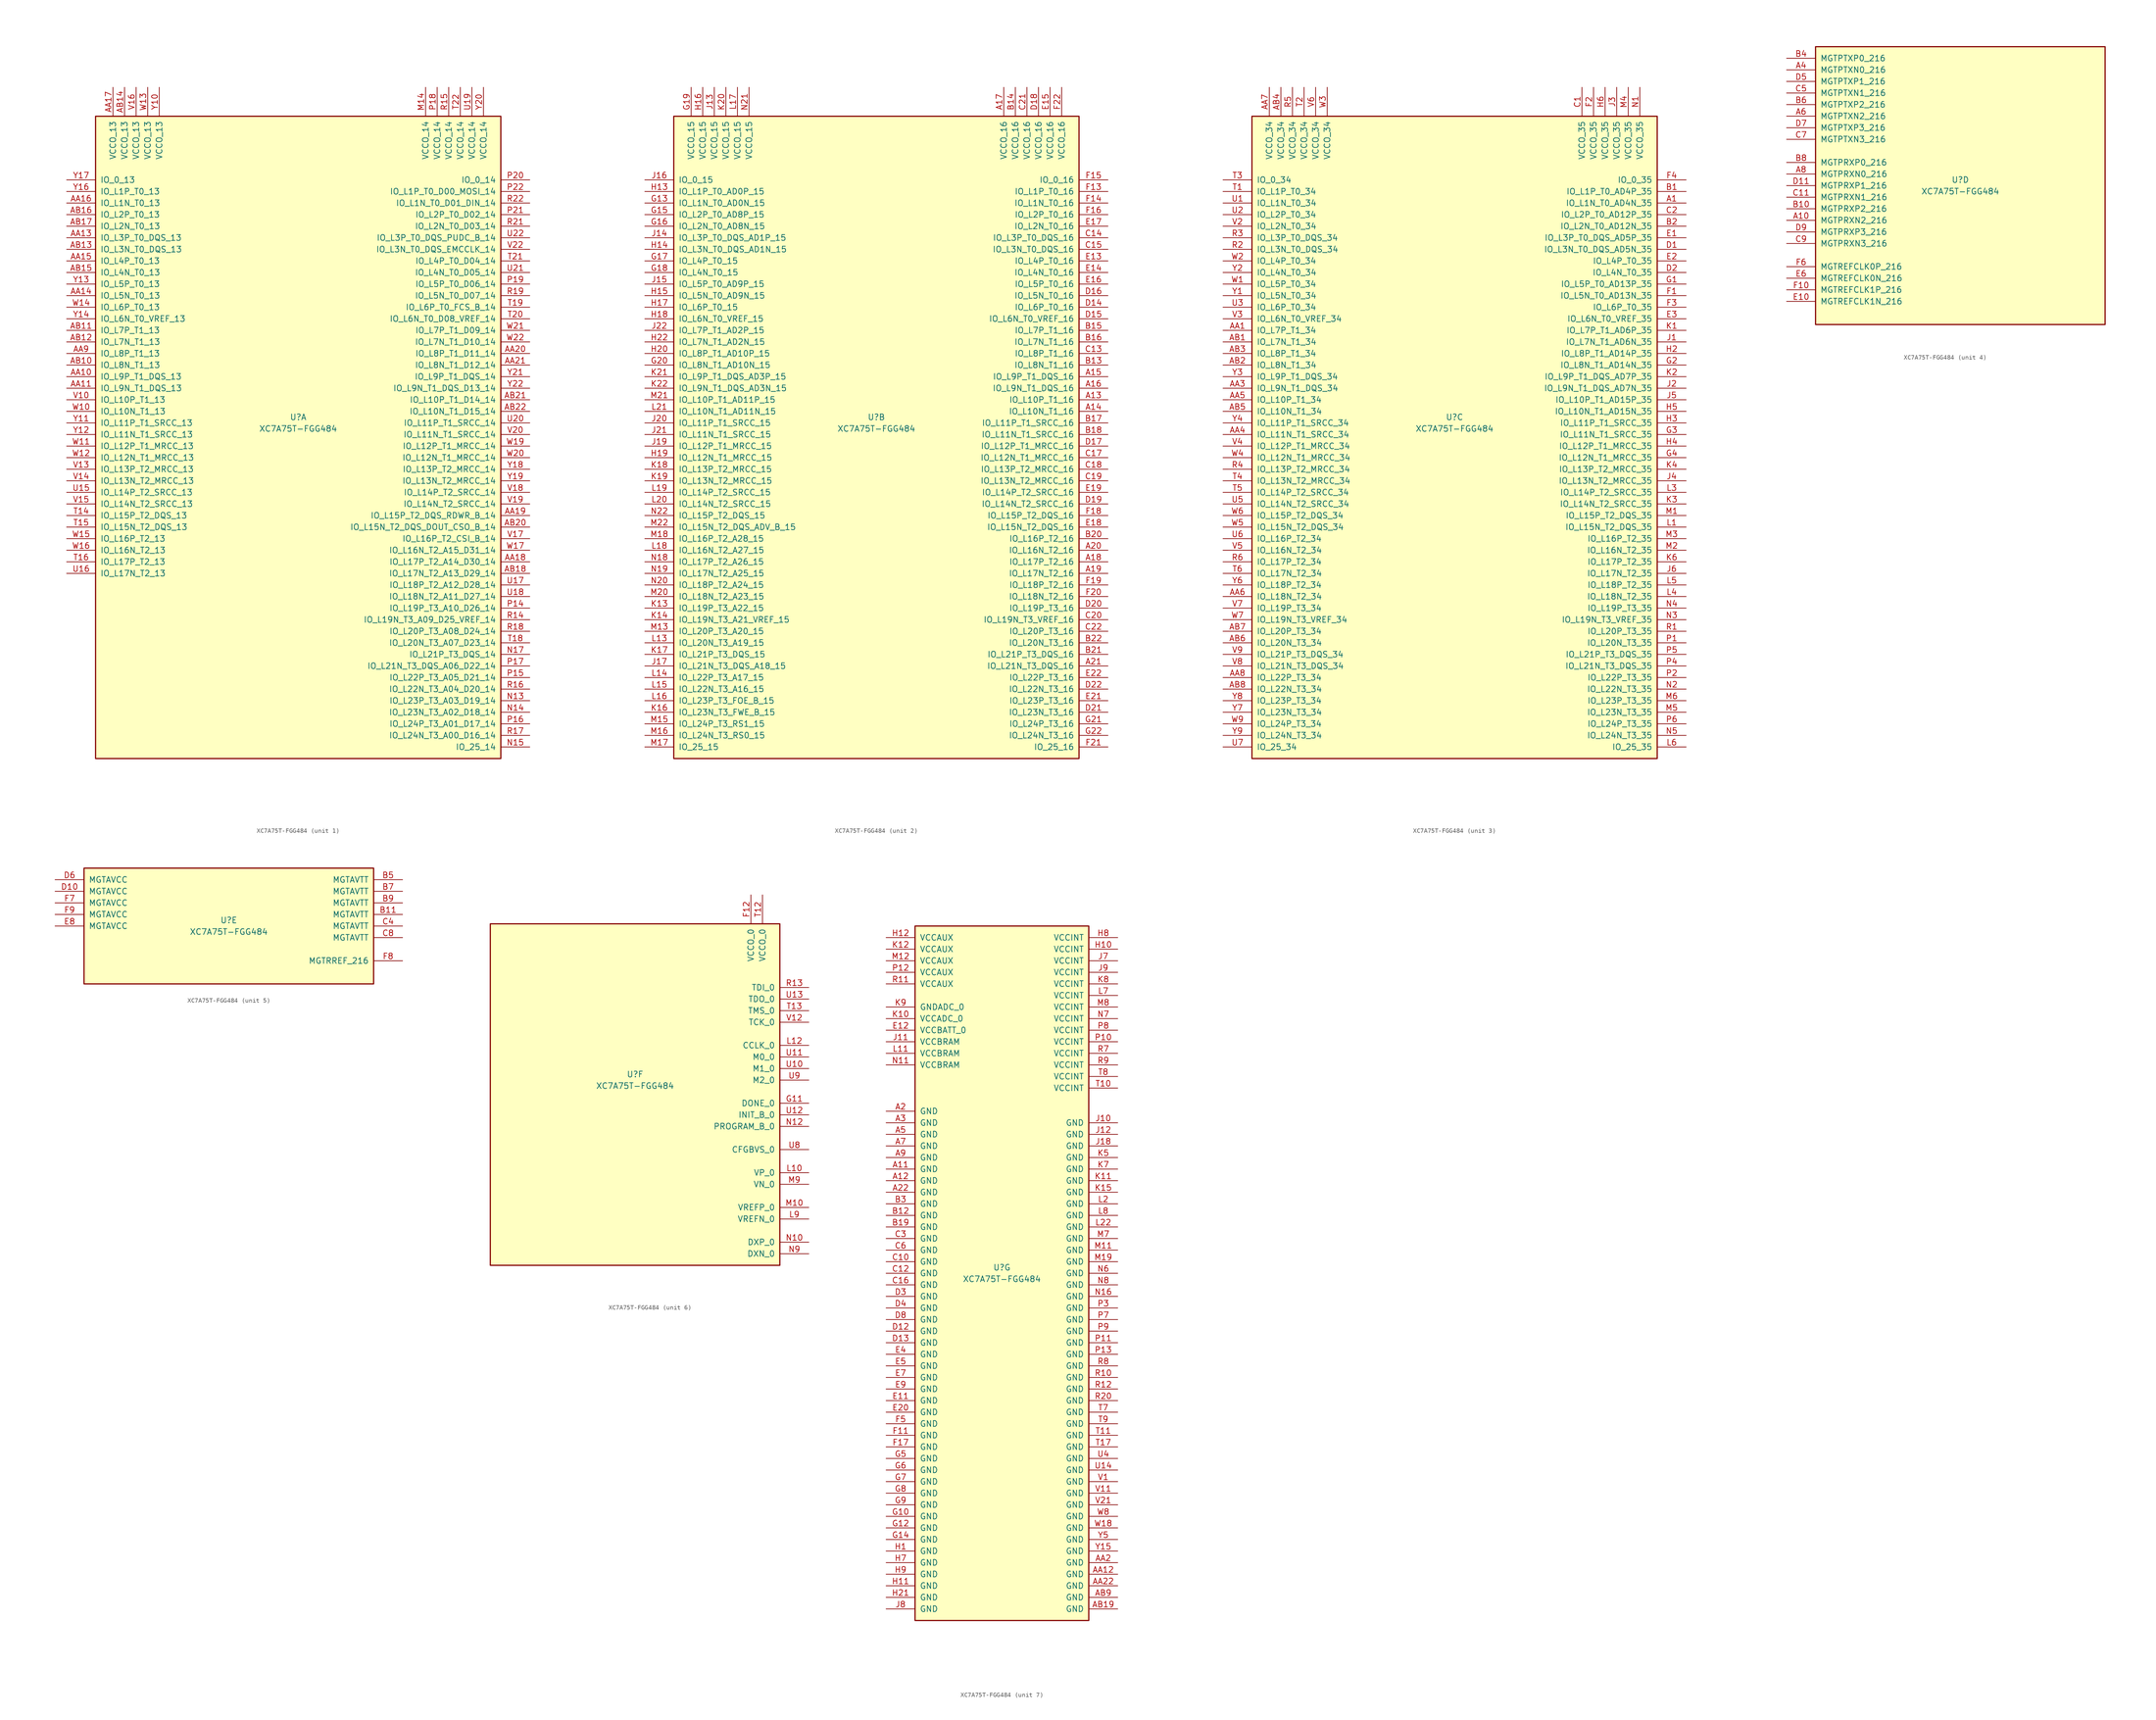
<source format=kicad_sym>
(kicad_symbol_lib
  (version 20231120)
  (generator "kicad_symbol_editor")
  (generator_version "8.0")
  (symbol "XC7A75T-FGG484"
    (pin_names
      (offset 1.016))
    (property "Reference" "U"
      (at 0 1.27 0)
      (effects (font (size 1.27 1.27))))
    (property "Value" "XC7A75T-FGG484"
      (at 0 -1.27 0)
      (effects (font (size 1.27 1.27))))
    (property "Datasheet" ""
      (at 0 0 0)
      (effects (font (size 1.27 1.27))))
    (property "ki_locked" ""
      (at 0 0 0)
      (effects (font (size 1.27 1.27))))
    (symbol "XC7A75T-FGG484_1_1"
      (rectangle (start -44.45 67.31) (end 44.45 -73.66) (stroke (width 0.254) (type solid)) (fill (type background)))
      (pin bidirectional line (at -50.8 10.16 0) (length 6.35) (name "IO_L9P_T1_DQS_13" (effects (font (size 1.27 1.27)))) (number "AA10" (effects (font (size 1.27 1.27)))))
      (pin bidirectional line (at -50.8 7.62 0) (length 6.35) (name "IO_L9N_T1_DQS_13" (effects (font (size 1.27 1.27)))) (number "AA11" (effects (font (size 1.27 1.27)))))
      (pin bidirectional line (at -50.8 40.64 0) (length 6.35) (name "IO_L3P_T0_DQS_13" (effects (font (size 1.27 1.27)))) (number "AA13" (effects (font (size 1.27 1.27)))))
      (pin bidirectional line (at -50.8 27.94 0) (length 6.35) (name "IO_L5N_T0_13" (effects (font (size 1.27 1.27)))) (number "AA14" (effects (font (size 1.27 1.27)))))
      (pin bidirectional line (at -50.8 35.56 0) (length 6.35) (name "IO_L4P_T0_13" (effects (font (size 1.27 1.27)))) (number "AA15" (effects (font (size 1.27 1.27)))))
      (pin bidirectional line (at -50.8 48.26 0) (length 6.35) (name "IO_L1N_T0_13" (effects (font (size 1.27 1.27)))) (number "AA16" (effects (font (size 1.27 1.27)))))
      (pin power_in line (at -40.64 73.66 270) (length 6.35) (name "VCCO_13" (effects (font (size 1.27 1.27)))) (number "AA17" (effects (font (size 1.27 1.27)))))
      (pin bidirectional line (at 50.8 -30.48 180) (length 6.35) (name "IO_L17P_T2_A14_D30_14" (effects (font (size 1.27 1.27)))) (number "AA18" (effects (font (size 1.27 1.27)))))
      (pin bidirectional line (at 50.8 -20.32 180) (length 6.35) (name "IO_L15P_T2_DQS_RDWR_B_14" (effects (font (size 1.27 1.27)))) (number "AA19" (effects (font (size 1.27 1.27)))))
      (pin bidirectional line (at 50.8 15.24 180) (length 6.35) (name "IO_L8P_T1_D11_14" (effects (font (size 1.27 1.27)))) (number "AA20" (effects (font (size 1.27 1.27)))))
      (pin bidirectional line (at 50.8 12.7 180) (length 6.35) (name "IO_L8N_T1_D12_14" (effects (font (size 1.27 1.27)))) (number "AA21" (effects (font (size 1.27 1.27)))))
      (pin bidirectional line (at -50.8 15.24 0) (length 6.35) (name "IO_L8P_T1_13" (effects (font (size 1.27 1.27)))) (number "AA9" (effects (font (size 1.27 1.27)))))
      (pin bidirectional line (at -50.8 12.7 0) (length 6.35) (name "IO_L8N_T1_13" (effects (font (size 1.27 1.27)))) (number "AB10" (effects (font (size 1.27 1.27)))))
      (pin bidirectional line (at -50.8 20.32 0) (length 6.35) (name "IO_L7P_T1_13" (effects (font (size 1.27 1.27)))) (number "AB11" (effects (font (size 1.27 1.27)))))
      (pin bidirectional line (at -50.8 17.78 0) (length 6.35) (name "IO_L7N_T1_13" (effects (font (size 1.27 1.27)))) (number "AB12" (effects (font (size 1.27 1.27)))))
      (pin bidirectional line (at -50.8 38.1 0) (length 6.35) (name "IO_L3N_T0_DQS_13" (effects (font (size 1.27 1.27)))) (number "AB13" (effects (font (size 1.27 1.27)))))
      (pin power_in line (at -38.1 73.66 270) (length 6.35) (name "VCCO_13" (effects (font (size 1.27 1.27)))) (number "AB14" (effects (font (size 1.27 1.27)))))
      (pin bidirectional line (at -50.8 33.02 0) (length 6.35) (name "IO_L4N_T0_13" (effects (font (size 1.27 1.27)))) (number "AB15" (effects (font (size 1.27 1.27)))))
      (pin bidirectional line (at -50.8 45.72 0) (length 6.35) (name "IO_L2P_T0_13" (effects (font (size 1.27 1.27)))) (number "AB16" (effects (font (size 1.27 1.27)))))
      (pin bidirectional line (at -50.8 43.18 0) (length 6.35) (name "IO_L2N_T0_13" (effects (font (size 1.27 1.27)))) (number "AB17" (effects (font (size 1.27 1.27)))))
      (pin bidirectional line (at 50.8 -33.02 180) (length 6.35) (name "IO_L17N_T2_A13_D29_14" (effects (font (size 1.27 1.27)))) (number "AB18" (effects (font (size 1.27 1.27)))))
      (pin bidirectional line (at 50.8 -22.86 180) (length 6.35) (name "IO_L15N_T2_DQS_DOUT_CSO_B_14" (effects (font (size 1.27 1.27)))) (number "AB20" (effects (font (size 1.27 1.27)))))
      (pin bidirectional line (at 50.8 5.08 180) (length 6.35) (name "IO_L10P_T1_D14_14" (effects (font (size 1.27 1.27)))) (number "AB21" (effects (font (size 1.27 1.27)))))
      (pin bidirectional line (at 50.8 2.54 180) (length 6.35) (name "IO_L10N_T1_D15_14" (effects (font (size 1.27 1.27)))) (number "AB22" (effects (font (size 1.27 1.27)))))
      (pin power_in line (at 27.94 73.66 270) (length 6.35) (name "VCCO_14" (effects (font (size 1.27 1.27)))) (number "M14" (effects (font (size 1.27 1.27)))))
      (pin bidirectional line (at 50.8 -60.96 180) (length 6.35) (name "IO_L23P_T3_A03_D19_14" (effects (font (size 1.27 1.27)))) (number "N13" (effects (font (size 1.27 1.27)))))
      (pin bidirectional line (at 50.8 -63.5 180) (length 6.35) (name "IO_L23N_T3_A02_D18_14" (effects (font (size 1.27 1.27)))) (number "N14" (effects (font (size 1.27 1.27)))))
      (pin bidirectional line (at 50.8 -71.12 180) (length 6.35) (name "IO_25_14" (effects (font (size 1.27 1.27)))) (number "N15" (effects (font (size 1.27 1.27)))))
      (pin bidirectional line (at 50.8 -50.8 180) (length 6.35) (name "IO_L21P_T3_DQS_14" (effects (font (size 1.27 1.27)))) (number "N17" (effects (font (size 1.27 1.27)))))
      (pin bidirectional line (at 50.8 -40.64 180) (length 6.35) (name "IO_L19P_T3_A10_D26_14" (effects (font (size 1.27 1.27)))) (number "P14" (effects (font (size 1.27 1.27)))))
      (pin bidirectional line (at 50.8 -55.88 180) (length 6.35) (name "IO_L22P_T3_A05_D21_14" (effects (font (size 1.27 1.27)))) (number "P15" (effects (font (size 1.27 1.27)))))
      (pin bidirectional line (at 50.8 -66.04 180) (length 6.35) (name "IO_L24P_T3_A01_D17_14" (effects (font (size 1.27 1.27)))) (number "P16" (effects (font (size 1.27 1.27)))))
      (pin bidirectional line (at 50.8 -53.34 180) (length 6.35) (name "IO_L21N_T3_DQS_A06_D22_14" (effects (font (size 1.27 1.27)))) (number "P17" (effects (font (size 1.27 1.27)))))
      (pin power_in line (at 30.48 73.66 270) (length 6.35) (name "VCCO_14" (effects (font (size 1.27 1.27)))) (number "P18" (effects (font (size 1.27 1.27)))))
      (pin bidirectional line (at 50.8 30.48 180) (length 6.35) (name "IO_L5P_T0_D06_14" (effects (font (size 1.27 1.27)))) (number "P19" (effects (font (size 1.27 1.27)))))
      (pin bidirectional line (at 50.8 53.34 180) (length 6.35) (name "IO_0_14" (effects (font (size 1.27 1.27)))) (number "P20" (effects (font (size 1.27 1.27)))))
      (pin bidirectional line (at 50.8 45.72 180) (length 6.35) (name "IO_L2P_T0_D02_14" (effects (font (size 1.27 1.27)))) (number "P21" (effects (font (size 1.27 1.27)))))
      (pin bidirectional line (at 50.8 50.8 180) (length 6.35) (name "IO_L1P_T0_D00_MOSI_14" (effects (font (size 1.27 1.27)))) (number "P22" (effects (font (size 1.27 1.27)))))
      (pin bidirectional line (at 50.8 -43.18 180) (length 6.35) (name "IO_L19N_T3_A09_D25_VREF_14" (effects (font (size 1.27 1.27)))) (number "R14" (effects (font (size 1.27 1.27)))))
      (pin power_in line (at 33.02 73.66 270) (length 6.35) (name "VCCO_14" (effects (font (size 1.27 1.27)))) (number "R15" (effects (font (size 1.27 1.27)))))
      (pin bidirectional line (at 50.8 -58.42 180) (length 6.35) (name "IO_L22N_T3_A04_D20_14" (effects (font (size 1.27 1.27)))) (number "R16" (effects (font (size 1.27 1.27)))))
      (pin bidirectional line (at 50.8 -68.58 180) (length 6.35) (name "IO_L24N_T3_A00_D16_14" (effects (font (size 1.27 1.27)))) (number "R17" (effects (font (size 1.27 1.27)))))
      (pin bidirectional line (at 50.8 -45.72 180) (length 6.35) (name "IO_L20P_T3_A08_D24_14" (effects (font (size 1.27 1.27)))) (number "R18" (effects (font (size 1.27 1.27)))))
      (pin bidirectional line (at 50.8 27.94 180) (length 6.35) (name "IO_L5N_T0_D07_14" (effects (font (size 1.27 1.27)))) (number "R19" (effects (font (size 1.27 1.27)))))
      (pin bidirectional line (at 50.8 43.18 180) (length 6.35) (name "IO_L2N_T0_D03_14" (effects (font (size 1.27 1.27)))) (number "R21" (effects (font (size 1.27 1.27)))))
      (pin bidirectional line (at 50.8 48.26 180) (length 6.35) (name "IO_L1N_T0_D01_DIN_14" (effects (font (size 1.27 1.27)))) (number "R22" (effects (font (size 1.27 1.27)))))
      (pin bidirectional line (at -50.8 -20.32 0) (length 6.35) (name "IO_L15P_T2_DQS_13" (effects (font (size 1.27 1.27)))) (number "T14" (effects (font (size 1.27 1.27)))))
      (pin bidirectional line (at -50.8 -22.86 0) (length 6.35) (name "IO_L15N_T2_DQS_13" (effects (font (size 1.27 1.27)))) (number "T15" (effects (font (size 1.27 1.27)))))
      (pin bidirectional line (at -50.8 -30.48 0) (length 6.35) (name "IO_L17P_T2_13" (effects (font (size 1.27 1.27)))) (number "T16" (effects (font (size 1.27 1.27)))))
      (pin bidirectional line (at 50.8 -48.26 180) (length 6.35) (name "IO_L20N_T3_A07_D23_14" (effects (font (size 1.27 1.27)))) (number "T18" (effects (font (size 1.27 1.27)))))
      (pin bidirectional line (at 50.8 25.4 180) (length 6.35) (name "IO_L6P_T0_FCS_B_14" (effects (font (size 1.27 1.27)))) (number "T19" (effects (font (size 1.27 1.27)))))
      (pin bidirectional line (at 50.8 22.86 180) (length 6.35) (name "IO_L6N_T0_D08_VREF_14" (effects (font (size 1.27 1.27)))) (number "T20" (effects (font (size 1.27 1.27)))))
      (pin bidirectional line (at 50.8 35.56 180) (length 6.35) (name "IO_L4P_T0_D04_14" (effects (font (size 1.27 1.27)))) (number "T21" (effects (font (size 1.27 1.27)))))
      (pin power_in line (at 35.56 73.66 270) (length 6.35) (name "VCCO_14" (effects (font (size 1.27 1.27)))) (number "T22" (effects (font (size 1.27 1.27)))))
      (pin bidirectional line (at -50.8 -15.24 0) (length 6.35) (name "IO_L14P_T2_SRCC_13" (effects (font (size 1.27 1.27)))) (number "U15" (effects (font (size 1.27 1.27)))))
      (pin bidirectional line (at -50.8 -33.02 0) (length 6.35) (name "IO_L17N_T2_13" (effects (font (size 1.27 1.27)))) (number "U16" (effects (font (size 1.27 1.27)))))
      (pin bidirectional line (at 50.8 -35.56 180) (length 6.35) (name "IO_L18P_T2_A12_D28_14" (effects (font (size 1.27 1.27)))) (number "U17" (effects (font (size 1.27 1.27)))))
      (pin bidirectional line (at 50.8 -38.1 180) (length 6.35) (name "IO_L18N_T2_A11_D27_14" (effects (font (size 1.27 1.27)))) (number "U18" (effects (font (size 1.27 1.27)))))
      (pin power_in line (at 38.1 73.66 270) (length 6.35) (name "VCCO_14" (effects (font (size 1.27 1.27)))) (number "U19" (effects (font (size 1.27 1.27)))))
      (pin bidirectional line (at 50.8 0 180) (length 6.35) (name "IO_L11P_T1_SRCC_14" (effects (font (size 1.27 1.27)))) (number "U20" (effects (font (size 1.27 1.27)))))
      (pin bidirectional line (at 50.8 33.02 180) (length 6.35) (name "IO_L4N_T0_D05_14" (effects (font (size 1.27 1.27)))) (number "U21" (effects (font (size 1.27 1.27)))))
      (pin bidirectional line (at 50.8 40.64 180) (length 6.35) (name "IO_L3P_T0_DQS_PUDC_B_14" (effects (font (size 1.27 1.27)))) (number "U22" (effects (font (size 1.27 1.27)))))
      (pin bidirectional line (at -50.8 5.08 0) (length 6.35) (name "IO_L10P_T1_13" (effects (font (size 1.27 1.27)))) (number "V10" (effects (font (size 1.27 1.27)))))
      (pin bidirectional line (at -50.8 -10.16 0) (length 6.35) (name "IO_L13P_T2_MRCC_13" (effects (font (size 1.27 1.27)))) (number "V13" (effects (font (size 1.27 1.27)))))
      (pin bidirectional line (at -50.8 -12.7 0) (length 6.35) (name "IO_L13N_T2_MRCC_13" (effects (font (size 1.27 1.27)))) (number "V14" (effects (font (size 1.27 1.27)))))
      (pin bidirectional line (at -50.8 -17.78 0) (length 6.35) (name "IO_L14N_T2_SRCC_13" (effects (font (size 1.27 1.27)))) (number "V15" (effects (font (size 1.27 1.27)))))
      (pin power_in line (at -35.56 73.66 270) (length 6.35) (name "VCCO_13" (effects (font (size 1.27 1.27)))) (number "V16" (effects (font (size 1.27 1.27)))))
      (pin bidirectional line (at 50.8 -25.4 180) (length 6.35) (name "IO_L16P_T2_CSI_B_14" (effects (font (size 1.27 1.27)))) (number "V17" (effects (font (size 1.27 1.27)))))
      (pin bidirectional line (at 50.8 -15.24 180) (length 6.35) (name "IO_L14P_T2_SRCC_14" (effects (font (size 1.27 1.27)))) (number "V18" (effects (font (size 1.27 1.27)))))
      (pin bidirectional line (at 50.8 -17.78 180) (length 6.35) (name "IO_L14N_T2_SRCC_14" (effects (font (size 1.27 1.27)))) (number "V19" (effects (font (size 1.27 1.27)))))
      (pin bidirectional line (at 50.8 -2.54 180) (length 6.35) (name "IO_L11N_T1_SRCC_14" (effects (font (size 1.27 1.27)))) (number "V20" (effects (font (size 1.27 1.27)))))
      (pin bidirectional line (at 50.8 38.1 180) (length 6.35) (name "IO_L3N_T0_DQS_EMCCLK_14" (effects (font (size 1.27 1.27)))) (number "V22" (effects (font (size 1.27 1.27)))))
      (pin bidirectional line (at -50.8 2.54 0) (length 6.35) (name "IO_L10N_T1_13" (effects (font (size 1.27 1.27)))) (number "W10" (effects (font (size 1.27 1.27)))))
      (pin bidirectional line (at -50.8 -5.08 0) (length 6.35) (name "IO_L12P_T1_MRCC_13" (effects (font (size 1.27 1.27)))) (number "W11" (effects (font (size 1.27 1.27)))))
      (pin bidirectional line (at -50.8 -7.62 0) (length 6.35) (name "IO_L12N_T1_MRCC_13" (effects (font (size 1.27 1.27)))) (number "W12" (effects (font (size 1.27 1.27)))))
      (pin power_in line (at -33.02 73.66 270) (length 6.35) (name "VCCO_13" (effects (font (size 1.27 1.27)))) (number "W13" (effects (font (size 1.27 1.27)))))
      (pin bidirectional line (at -50.8 25.4 0) (length 6.35) (name "IO_L6P_T0_13" (effects (font (size 1.27 1.27)))) (number "W14" (effects (font (size 1.27 1.27)))))
      (pin bidirectional line (at -50.8 -25.4 0) (length 6.35) (name "IO_L16P_T2_13" (effects (font (size 1.27 1.27)))) (number "W15" (effects (font (size 1.27 1.27)))))
      (pin bidirectional line (at -50.8 -27.94 0) (length 6.35) (name "IO_L16N_T2_13" (effects (font (size 1.27 1.27)))) (number "W16" (effects (font (size 1.27 1.27)))))
      (pin bidirectional line (at 50.8 -27.94 180) (length 6.35) (name "IO_L16N_T2_A15_D31_14" (effects (font (size 1.27 1.27)))) (number "W17" (effects (font (size 1.27 1.27)))))
      (pin bidirectional line (at 50.8 -5.08 180) (length 6.35) (name "IO_L12P_T1_MRCC_14" (effects (font (size 1.27 1.27)))) (number "W19" (effects (font (size 1.27 1.27)))))
      (pin bidirectional line (at 50.8 -7.62 180) (length 6.35) (name "IO_L12N_T1_MRCC_14" (effects (font (size 1.27 1.27)))) (number "W20" (effects (font (size 1.27 1.27)))))
      (pin bidirectional line (at 50.8 20.32 180) (length 6.35) (name "IO_L7P_T1_D09_14" (effects (font (size 1.27 1.27)))) (number "W21" (effects (font (size 1.27 1.27)))))
      (pin bidirectional line (at 50.8 17.78 180) (length 6.35) (name "IO_L7N_T1_D10_14" (effects (font (size 1.27 1.27)))) (number "W22" (effects (font (size 1.27 1.27)))))
      (pin power_in line (at -30.48 73.66 270) (length 6.35) (name "VCCO_13" (effects (font (size 1.27 1.27)))) (number "Y10" (effects (font (size 1.27 1.27)))))
      (pin bidirectional line (at -50.8 0 0) (length 6.35) (name "IO_L11P_T1_SRCC_13" (effects (font (size 1.27 1.27)))) (number "Y11" (effects (font (size 1.27 1.27)))))
      (pin bidirectional line (at -50.8 -2.54 0) (length 6.35) (name "IO_L11N_T1_SRCC_13" (effects (font (size 1.27 1.27)))) (number "Y12" (effects (font (size 1.27 1.27)))))
      (pin bidirectional line (at -50.8 30.48 0) (length 6.35) (name "IO_L5P_T0_13" (effects (font (size 1.27 1.27)))) (number "Y13" (effects (font (size 1.27 1.27)))))
      (pin bidirectional line (at -50.8 22.86 0) (length 6.35) (name "IO_L6N_T0_VREF_13" (effects (font (size 1.27 1.27)))) (number "Y14" (effects (font (size 1.27 1.27)))))
      (pin bidirectional line (at -50.8 50.8 0) (length 6.35) (name "IO_L1P_T0_13" (effects (font (size 1.27 1.27)))) (number "Y16" (effects (font (size 1.27 1.27)))))
      (pin bidirectional line (at -50.8 53.34 0) (length 6.35) (name "IO_0_13" (effects (font (size 1.27 1.27)))) (number "Y17" (effects (font (size 1.27 1.27)))))
      (pin bidirectional line (at 50.8 -10.16 180) (length 6.35) (name "IO_L13P_T2_MRCC_14" (effects (font (size 1.27 1.27)))) (number "Y18" (effects (font (size 1.27 1.27)))))
      (pin bidirectional line (at 50.8 -12.7 180) (length 6.35) (name "IO_L13N_T2_MRCC_14" (effects (font (size 1.27 1.27)))) (number "Y19" (effects (font (size 1.27 1.27)))))
      (pin power_in line (at 40.64 73.66 270) (length 6.35) (name "VCCO_14" (effects (font (size 1.27 1.27)))) (number "Y20" (effects (font (size 1.27 1.27)))))
      (pin bidirectional line (at 50.8 10.16 180) (length 6.35) (name "IO_L9P_T1_DQS_14" (effects (font (size 1.27 1.27)))) (number "Y21" (effects (font (size 1.27 1.27)))))
      (pin bidirectional line (at 50.8 7.62 180) (length 6.35) (name "IO_L9N_T1_DQS_D13_14" (effects (font (size 1.27 1.27)))) (number "Y22" (effects (font (size 1.27 1.27))))))
    (symbol "XC7A75T-FGG484_2_1"
      (rectangle (start -44.45 67.31) (end 44.45 -73.66) (stroke (width 0.254) (type solid)) (fill (type background)))
      (pin bidirectional line (at 50.8 5.08 180) (length 6.35) (name "IO_L10P_T1_16" (effects (font (size 1.27 1.27)))) (number "A13" (effects (font (size 1.27 1.27)))))
      (pin bidirectional line (at 50.8 2.54 180) (length 6.35) (name "IO_L10N_T1_16" (effects (font (size 1.27 1.27)))) (number "A14" (effects (font (size 1.27 1.27)))))
      (pin bidirectional line (at 50.8 10.16 180) (length 6.35) (name "IO_L9P_T1_DQS_16" (effects (font (size 1.27 1.27)))) (number "A15" (effects (font (size 1.27 1.27)))))
      (pin bidirectional line (at 50.8 7.62 180) (length 6.35) (name "IO_L9N_T1_DQS_16" (effects (font (size 1.27 1.27)))) (number "A16" (effects (font (size 1.27 1.27)))))
      (pin power_in line (at 27.94 73.66 270) (length 6.35) (name "VCCO_16" (effects (font (size 1.27 1.27)))) (number "A17" (effects (font (size 1.27 1.27)))))
      (pin bidirectional line (at 50.8 -30.48 180) (length 6.35) (name "IO_L17P_T2_16" (effects (font (size 1.27 1.27)))) (number "A18" (effects (font (size 1.27 1.27)))))
      (pin bidirectional line (at 50.8 -33.02 180) (length 6.35) (name "IO_L17N_T2_16" (effects (font (size 1.27 1.27)))) (number "A19" (effects (font (size 1.27 1.27)))))
      (pin bidirectional line (at 50.8 -27.94 180) (length 6.35) (name "IO_L16N_T2_16" (effects (font (size 1.27 1.27)))) (number "A20" (effects (font (size 1.27 1.27)))))
      (pin bidirectional line (at 50.8 -53.34 180) (length 6.35) (name "IO_L21N_T3_DQS_16" (effects (font (size 1.27 1.27)))) (number "A21" (effects (font (size 1.27 1.27)))))
      (pin bidirectional line (at 50.8 12.7 180) (length 6.35) (name "IO_L8N_T1_16" (effects (font (size 1.27 1.27)))) (number "B13" (effects (font (size 1.27 1.27)))))
      (pin power_in line (at 30.48 73.66 270) (length 6.35) (name "VCCO_16" (effects (font (size 1.27 1.27)))) (number "B14" (effects (font (size 1.27 1.27)))))
      (pin bidirectional line (at 50.8 20.32 180) (length 6.35) (name "IO_L7P_T1_16" (effects (font (size 1.27 1.27)))) (number "B15" (effects (font (size 1.27 1.27)))))
      (pin bidirectional line (at 50.8 17.78 180) (length 6.35) (name "IO_L7N_T1_16" (effects (font (size 1.27 1.27)))) (number "B16" (effects (font (size 1.27 1.27)))))
      (pin bidirectional line (at 50.8 0 180) (length 6.35) (name "IO_L11P_T1_SRCC_16" (effects (font (size 1.27 1.27)))) (number "B17" (effects (font (size 1.27 1.27)))))
      (pin bidirectional line (at 50.8 -2.54 180) (length 6.35) (name "IO_L11N_T1_SRCC_16" (effects (font (size 1.27 1.27)))) (number "B18" (effects (font (size 1.27 1.27)))))
      (pin bidirectional line (at 50.8 -25.4 180) (length 6.35) (name "IO_L16P_T2_16" (effects (font (size 1.27 1.27)))) (number "B20" (effects (font (size 1.27 1.27)))))
      (pin bidirectional line (at 50.8 -50.8 180) (length 6.35) (name "IO_L21P_T3_DQS_16" (effects (font (size 1.27 1.27)))) (number "B21" (effects (font (size 1.27 1.27)))))
      (pin bidirectional line (at 50.8 -48.26 180) (length 6.35) (name "IO_L20N_T3_16" (effects (font (size 1.27 1.27)))) (number "B22" (effects (font (size 1.27 1.27)))))
      (pin bidirectional line (at 50.8 15.24 180) (length 6.35) (name "IO_L8P_T1_16" (effects (font (size 1.27 1.27)))) (number "C13" (effects (font (size 1.27 1.27)))))
      (pin bidirectional line (at 50.8 40.64 180) (length 6.35) (name "IO_L3P_T0_DQS_16" (effects (font (size 1.27 1.27)))) (number "C14" (effects (font (size 1.27 1.27)))))
      (pin bidirectional line (at 50.8 38.1 180) (length 6.35) (name "IO_L3N_T0_DQS_16" (effects (font (size 1.27 1.27)))) (number "C15" (effects (font (size 1.27 1.27)))))
      (pin bidirectional line (at 50.8 -7.62 180) (length 6.35) (name "IO_L12N_T1_MRCC_16" (effects (font (size 1.27 1.27)))) (number "C17" (effects (font (size 1.27 1.27)))))
      (pin bidirectional line (at 50.8 -10.16 180) (length 6.35) (name "IO_L13P_T2_MRCC_16" (effects (font (size 1.27 1.27)))) (number "C18" (effects (font (size 1.27 1.27)))))
      (pin bidirectional line (at 50.8 -12.7 180) (length 6.35) (name "IO_L13N_T2_MRCC_16" (effects (font (size 1.27 1.27)))) (number "C19" (effects (font (size 1.27 1.27)))))
      (pin bidirectional line (at 50.8 -43.18 180) (length 6.35) (name "IO_L19N_T3_VREF_16" (effects (font (size 1.27 1.27)))) (number "C20" (effects (font (size 1.27 1.27)))))
      (pin power_in line (at 33.02 73.66 270) (length 6.35) (name "VCCO_16" (effects (font (size 1.27 1.27)))) (number "C21" (effects (font (size 1.27 1.27)))))
      (pin bidirectional line (at 50.8 -45.72 180) (length 6.35) (name "IO_L20P_T3_16" (effects (font (size 1.27 1.27)))) (number "C22" (effects (font (size 1.27 1.27)))))
      (pin bidirectional line (at 50.8 25.4 180) (length 6.35) (name "IO_L6P_T0_16" (effects (font (size 1.27 1.27)))) (number "D14" (effects (font (size 1.27 1.27)))))
      (pin bidirectional line (at 50.8 22.86 180) (length 6.35) (name "IO_L6N_T0_VREF_16" (effects (font (size 1.27 1.27)))) (number "D15" (effects (font (size 1.27 1.27)))))
      (pin bidirectional line (at 50.8 27.94 180) (length 6.35) (name "IO_L5N_T0_16" (effects (font (size 1.27 1.27)))) (number "D16" (effects (font (size 1.27 1.27)))))
      (pin bidirectional line (at 50.8 -5.08 180) (length 6.35) (name "IO_L12P_T1_MRCC_16" (effects (font (size 1.27 1.27)))) (number "D17" (effects (font (size 1.27 1.27)))))
      (pin power_in line (at 35.56 73.66 270) (length 6.35) (name "VCCO_16" (effects (font (size 1.27 1.27)))) (number "D18" (effects (font (size 1.27 1.27)))))
      (pin bidirectional line (at 50.8 -17.78 180) (length 6.35) (name "IO_L14N_T2_SRCC_16" (effects (font (size 1.27 1.27)))) (number "D19" (effects (font (size 1.27 1.27)))))
      (pin bidirectional line (at 50.8 -40.64 180) (length 6.35) (name "IO_L19P_T3_16" (effects (font (size 1.27 1.27)))) (number "D20" (effects (font (size 1.27 1.27)))))
      (pin bidirectional line (at 50.8 -63.5 180) (length 6.35) (name "IO_L23N_T3_16" (effects (font (size 1.27 1.27)))) (number "D21" (effects (font (size 1.27 1.27)))))
      (pin bidirectional line (at 50.8 -58.42 180) (length 6.35) (name "IO_L22N_T3_16" (effects (font (size 1.27 1.27)))) (number "D22" (effects (font (size 1.27 1.27)))))
      (pin bidirectional line (at 50.8 35.56 180) (length 6.35) (name "IO_L4P_T0_16" (effects (font (size 1.27 1.27)))) (number "E13" (effects (font (size 1.27 1.27)))))
      (pin bidirectional line (at 50.8 33.02 180) (length 6.35) (name "IO_L4N_T0_16" (effects (font (size 1.27 1.27)))) (number "E14" (effects (font (size 1.27 1.27)))))
      (pin power_in line (at 38.1 73.66 270) (length 6.35) (name "VCCO_16" (effects (font (size 1.27 1.27)))) (number "E15" (effects (font (size 1.27 1.27)))))
      (pin bidirectional line (at 50.8 30.48 180) (length 6.35) (name "IO_L5P_T0_16" (effects (font (size 1.27 1.27)))) (number "E16" (effects (font (size 1.27 1.27)))))
      (pin bidirectional line (at 50.8 43.18 180) (length 6.35) (name "IO_L2N_T0_16" (effects (font (size 1.27 1.27)))) (number "E17" (effects (font (size 1.27 1.27)))))
      (pin bidirectional line (at 50.8 -22.86 180) (length 6.35) (name "IO_L15N_T2_DQS_16" (effects (font (size 1.27 1.27)))) (number "E18" (effects (font (size 1.27 1.27)))))
      (pin bidirectional line (at 50.8 -15.24 180) (length 6.35) (name "IO_L14P_T2_SRCC_16" (effects (font (size 1.27 1.27)))) (number "E19" (effects (font (size 1.27 1.27)))))
      (pin bidirectional line (at 50.8 -60.96 180) (length 6.35) (name "IO_L23P_T3_16" (effects (font (size 1.27 1.27)))) (number "E21" (effects (font (size 1.27 1.27)))))
      (pin bidirectional line (at 50.8 -55.88 180) (length 6.35) (name "IO_L22P_T3_16" (effects (font (size 1.27 1.27)))) (number "E22" (effects (font (size 1.27 1.27)))))
      (pin bidirectional line (at 50.8 50.8 180) (length 6.35) (name "IO_L1P_T0_16" (effects (font (size 1.27 1.27)))) (number "F13" (effects (font (size 1.27 1.27)))))
      (pin bidirectional line (at 50.8 48.26 180) (length 6.35) (name "IO_L1N_T0_16" (effects (font (size 1.27 1.27)))) (number "F14" (effects (font (size 1.27 1.27)))))
      (pin bidirectional line (at 50.8 53.34 180) (length 6.35) (name "IO_0_16" (effects (font (size 1.27 1.27)))) (number "F15" (effects (font (size 1.27 1.27)))))
      (pin bidirectional line (at 50.8 45.72 180) (length 6.35) (name "IO_L2P_T0_16" (effects (font (size 1.27 1.27)))) (number "F16" (effects (font (size 1.27 1.27)))))
      (pin bidirectional line (at 50.8 -20.32 180) (length 6.35) (name "IO_L15P_T2_DQS_16" (effects (font (size 1.27 1.27)))) (number "F18" (effects (font (size 1.27 1.27)))))
      (pin bidirectional line (at 50.8 -35.56 180) (length 6.35) (name "IO_L18P_T2_16" (effects (font (size 1.27 1.27)))) (number "F19" (effects (font (size 1.27 1.27)))))
      (pin bidirectional line (at 50.8 -38.1 180) (length 6.35) (name "IO_L18N_T2_16" (effects (font (size 1.27 1.27)))) (number "F20" (effects (font (size 1.27 1.27)))))
      (pin bidirectional line (at 50.8 -71.12 180) (length 6.35) (name "IO_25_16" (effects (font (size 1.27 1.27)))) (number "F21" (effects (font (size 1.27 1.27)))))
      (pin power_in line (at 40.64 73.66 270) (length 6.35) (name "VCCO_16" (effects (font (size 1.27 1.27)))) (number "F22" (effects (font (size 1.27 1.27)))))
      (pin bidirectional line (at -50.8 48.26 0) (length 6.35) (name "IO_L1N_T0_AD0N_15" (effects (font (size 1.27 1.27)))) (number "G13" (effects (font (size 1.27 1.27)))))
      (pin bidirectional line (at -50.8 45.72 0) (length 6.35) (name "IO_L2P_T0_AD8P_15" (effects (font (size 1.27 1.27)))) (number "G15" (effects (font (size 1.27 1.27)))))
      (pin bidirectional line (at -50.8 43.18 0) (length 6.35) (name "IO_L2N_T0_AD8N_15" (effects (font (size 1.27 1.27)))) (number "G16" (effects (font (size 1.27 1.27)))))
      (pin bidirectional line (at -50.8 35.56 0) (length 6.35) (name "IO_L4P_T0_15" (effects (font (size 1.27 1.27)))) (number "G17" (effects (font (size 1.27 1.27)))))
      (pin bidirectional line (at -50.8 33.02 0) (length 6.35) (name "IO_L4N_T0_15" (effects (font (size 1.27 1.27)))) (number "G18" (effects (font (size 1.27 1.27)))))
      (pin power_in line (at -40.64 73.66 270) (length 6.35) (name "VCCO_15" (effects (font (size 1.27 1.27)))) (number "G19" (effects (font (size 1.27 1.27)))))
      (pin bidirectional line (at -50.8 12.7 0) (length 6.35) (name "IO_L8N_T1_AD10N_15" (effects (font (size 1.27 1.27)))) (number "G20" (effects (font (size 1.27 1.27)))))
      (pin bidirectional line (at 50.8 -66.04 180) (length 6.35) (name "IO_L24P_T3_16" (effects (font (size 1.27 1.27)))) (number "G21" (effects (font (size 1.27 1.27)))))
      (pin bidirectional line (at 50.8 -68.58 180) (length 6.35) (name "IO_L24N_T3_16" (effects (font (size 1.27 1.27)))) (number "G22" (effects (font (size 1.27 1.27)))))
      (pin bidirectional line (at -50.8 50.8 0) (length 6.35) (name "IO_L1P_T0_AD0P_15" (effects (font (size 1.27 1.27)))) (number "H13" (effects (font (size 1.27 1.27)))))
      (pin bidirectional line (at -50.8 38.1 0) (length 6.35) (name "IO_L3N_T0_DQS_AD1N_15" (effects (font (size 1.27 1.27)))) (number "H14" (effects (font (size 1.27 1.27)))))
      (pin bidirectional line (at -50.8 27.94 0) (length 6.35) (name "IO_L5N_T0_AD9N_15" (effects (font (size 1.27 1.27)))) (number "H15" (effects (font (size 1.27 1.27)))))
      (pin power_in line (at -38.1 73.66 270) (length 6.35) (name "VCCO_15" (effects (font (size 1.27 1.27)))) (number "H16" (effects (font (size 1.27 1.27)))))
      (pin bidirectional line (at -50.8 25.4 0) (length 6.35) (name "IO_L6P_T0_15" (effects (font (size 1.27 1.27)))) (number "H17" (effects (font (size 1.27 1.27)))))
      (pin bidirectional line (at -50.8 22.86 0) (length 6.35) (name "IO_L6N_T0_VREF_15" (effects (font (size 1.27 1.27)))) (number "H18" (effects (font (size 1.27 1.27)))))
      (pin bidirectional line (at -50.8 -7.62 0) (length 6.35) (name "IO_L12N_T1_MRCC_15" (effects (font (size 1.27 1.27)))) (number "H19" (effects (font (size 1.27 1.27)))))
      (pin bidirectional line (at -50.8 15.24 0) (length 6.35) (name "IO_L8P_T1_AD10P_15" (effects (font (size 1.27 1.27)))) (number "H20" (effects (font (size 1.27 1.27)))))
      (pin bidirectional line (at -50.8 17.78 0) (length 6.35) (name "IO_L7N_T1_AD2N_15" (effects (font (size 1.27 1.27)))) (number "H22" (effects (font (size 1.27 1.27)))))
      (pin power_in line (at -35.56 73.66 270) (length 6.35) (name "VCCO_15" (effects (font (size 1.27 1.27)))) (number "J13" (effects (font (size 1.27 1.27)))))
      (pin bidirectional line (at -50.8 40.64 0) (length 6.35) (name "IO_L3P_T0_DQS_AD1P_15" (effects (font (size 1.27 1.27)))) (number "J14" (effects (font (size 1.27 1.27)))))
      (pin bidirectional line (at -50.8 30.48 0) (length 6.35) (name "IO_L5P_T0_AD9P_15" (effects (font (size 1.27 1.27)))) (number "J15" (effects (font (size 1.27 1.27)))))
      (pin bidirectional line (at -50.8 53.34 0) (length 6.35) (name "IO_0_15" (effects (font (size 1.27 1.27)))) (number "J16" (effects (font (size 1.27 1.27)))))
      (pin bidirectional line (at -50.8 -53.34 0) (length 6.35) (name "IO_L21N_T3_DQS_A18_15" (effects (font (size 1.27 1.27)))) (number "J17" (effects (font (size 1.27 1.27)))))
      (pin bidirectional line (at -50.8 -5.08 0) (length 6.35) (name "IO_L12P_T1_MRCC_15" (effects (font (size 1.27 1.27)))) (number "J19" (effects (font (size 1.27 1.27)))))
      (pin bidirectional line (at -50.8 0 0) (length 6.35) (name "IO_L11P_T1_SRCC_15" (effects (font (size 1.27 1.27)))) (number "J20" (effects (font (size 1.27 1.27)))))
      (pin bidirectional line (at -50.8 -2.54 0) (length 6.35) (name "IO_L11N_T1_SRCC_15" (effects (font (size 1.27 1.27)))) (number "J21" (effects (font (size 1.27 1.27)))))
      (pin bidirectional line (at -50.8 20.32 0) (length 6.35) (name "IO_L7P_T1_AD2P_15" (effects (font (size 1.27 1.27)))) (number "J22" (effects (font (size 1.27 1.27)))))
      (pin bidirectional line (at -50.8 -40.64 0) (length 6.35) (name "IO_L19P_T3_A22_15" (effects (font (size 1.27 1.27)))) (number "K13" (effects (font (size 1.27 1.27)))))
      (pin bidirectional line (at -50.8 -43.18 0) (length 6.35) (name "IO_L19N_T3_A21_VREF_15" (effects (font (size 1.27 1.27)))) (number "K14" (effects (font (size 1.27 1.27)))))
      (pin bidirectional line (at -50.8 -63.5 0) (length 6.35) (name "IO_L23N_T3_FWE_B_15" (effects (font (size 1.27 1.27)))) (number "K16" (effects (font (size 1.27 1.27)))))
      (pin bidirectional line (at -50.8 -50.8 0) (length 6.35) (name "IO_L21P_T3_DQS_15" (effects (font (size 1.27 1.27)))) (number "K17" (effects (font (size 1.27 1.27)))))
      (pin bidirectional line (at -50.8 -10.16 0) (length 6.35) (name "IO_L13P_T2_MRCC_15" (effects (font (size 1.27 1.27)))) (number "K18" (effects (font (size 1.27 1.27)))))
      (pin bidirectional line (at -50.8 -12.7 0) (length 6.35) (name "IO_L13N_T2_MRCC_15" (effects (font (size 1.27 1.27)))) (number "K19" (effects (font (size 1.27 1.27)))))
      (pin power_in line (at -33.02 73.66 270) (length 6.35) (name "VCCO_15" (effects (font (size 1.27 1.27)))) (number "K20" (effects (font (size 1.27 1.27)))))
      (pin bidirectional line (at -50.8 10.16 0) (length 6.35) (name "IO_L9P_T1_DQS_AD3P_15" (effects (font (size 1.27 1.27)))) (number "K21" (effects (font (size 1.27 1.27)))))
      (pin bidirectional line (at -50.8 7.62 0) (length 6.35) (name "IO_L9N_T1_DQS_AD3N_15" (effects (font (size 1.27 1.27)))) (number "K22" (effects (font (size 1.27 1.27)))))
      (pin bidirectional line (at -50.8 -48.26 0) (length 6.35) (name "IO_L20N_T3_A19_15" (effects (font (size 1.27 1.27)))) (number "L13" (effects (font (size 1.27 1.27)))))
      (pin bidirectional line (at -50.8 -55.88 0) (length 6.35) (name "IO_L22P_T3_A17_15" (effects (font (size 1.27 1.27)))) (number "L14" (effects (font (size 1.27 1.27)))))
      (pin bidirectional line (at -50.8 -58.42 0) (length 6.35) (name "IO_L22N_T3_A16_15" (effects (font (size 1.27 1.27)))) (number "L15" (effects (font (size 1.27 1.27)))))
      (pin bidirectional line (at -50.8 -60.96 0) (length 6.35) (name "IO_L23P_T3_FOE_B_15" (effects (font (size 1.27 1.27)))) (number "L16" (effects (font (size 1.27 1.27)))))
      (pin power_in line (at -30.48 73.66 270) (length 6.35) (name "VCCO_15" (effects (font (size 1.27 1.27)))) (number "L17" (effects (font (size 1.27 1.27)))))
      (pin bidirectional line (at -50.8 -27.94 0) (length 6.35) (name "IO_L16N_T2_A27_15" (effects (font (size 1.27 1.27)))) (number "L18" (effects (font (size 1.27 1.27)))))
      (pin bidirectional line (at -50.8 -15.24 0) (length 6.35) (name "IO_L14P_T2_SRCC_15" (effects (font (size 1.27 1.27)))) (number "L19" (effects (font (size 1.27 1.27)))))
      (pin bidirectional line (at -50.8 -17.78 0) (length 6.35) (name "IO_L14N_T2_SRCC_15" (effects (font (size 1.27 1.27)))) (number "L20" (effects (font (size 1.27 1.27)))))
      (pin bidirectional line (at -50.8 2.54 0) (length 6.35) (name "IO_L10N_T1_AD11N_15" (effects (font (size 1.27 1.27)))) (number "L21" (effects (font (size 1.27 1.27)))))
      (pin bidirectional line (at -50.8 -45.72 0) (length 6.35) (name "IO_L20P_T3_A20_15" (effects (font (size 1.27 1.27)))) (number "M13" (effects (font (size 1.27 1.27)))))
      (pin bidirectional line (at -50.8 -66.04 0) (length 6.35) (name "IO_L24P_T3_RS1_15" (effects (font (size 1.27 1.27)))) (number "M15" (effects (font (size 1.27 1.27)))))
      (pin bidirectional line (at -50.8 -68.58 0) (length 6.35) (name "IO_L24N_T3_RS0_15" (effects (font (size 1.27 1.27)))) (number "M16" (effects (font (size 1.27 1.27)))))
      (pin bidirectional line (at -50.8 -71.12 0) (length 6.35) (name "IO_25_15" (effects (font (size 1.27 1.27)))) (number "M17" (effects (font (size 1.27 1.27)))))
      (pin bidirectional line (at -50.8 -25.4 0) (length 6.35) (name "IO_L16P_T2_A28_15" (effects (font (size 1.27 1.27)))) (number "M18" (effects (font (size 1.27 1.27)))))
      (pin bidirectional line (at -50.8 -38.1 0) (length 6.35) (name "IO_L18N_T2_A23_15" (effects (font (size 1.27 1.27)))) (number "M20" (effects (font (size 1.27 1.27)))))
      (pin bidirectional line (at -50.8 5.08 0) (length 6.35) (name "IO_L10P_T1_AD11P_15" (effects (font (size 1.27 1.27)))) (number "M21" (effects (font (size 1.27 1.27)))))
      (pin bidirectional line (at -50.8 -22.86 0) (length 6.35) (name "IO_L15N_T2_DQS_ADV_B_15" (effects (font (size 1.27 1.27)))) (number "M22" (effects (font (size 1.27 1.27)))))
      (pin bidirectional line (at -50.8 -30.48 0) (length 6.35) (name "IO_L17P_T2_A26_15" (effects (font (size 1.27 1.27)))) (number "N18" (effects (font (size 1.27 1.27)))))
      (pin bidirectional line (at -50.8 -33.02 0) (length 6.35) (name "IO_L17N_T2_A25_15" (effects (font (size 1.27 1.27)))) (number "N19" (effects (font (size 1.27 1.27)))))
      (pin bidirectional line (at -50.8 -35.56 0) (length 6.35) (name "IO_L18P_T2_A24_15" (effects (font (size 1.27 1.27)))) (number "N20" (effects (font (size 1.27 1.27)))))
      (pin power_in line (at -27.94 73.66 270) (length 6.35) (name "VCCO_15" (effects (font (size 1.27 1.27)))) (number "N21" (effects (font (size 1.27 1.27)))))
      (pin bidirectional line (at -50.8 -20.32 0) (length 6.35) (name "IO_L15P_T2_DQS_15" (effects (font (size 1.27 1.27)))) (number "N22" (effects (font (size 1.27 1.27))))))
    (symbol "XC7A75T-FGG484_3_1"
      (rectangle (start -44.45 67.31) (end 44.45 -73.66) (stroke (width 0.254) (type solid)) (fill (type background)))
      (pin bidirectional line (at 50.8 48.26 180) (length 6.35) (name "IO_L1N_T0_AD4N_35" (effects (font (size 1.27 1.27)))) (number "A1" (effects (font (size 1.27 1.27)))))
      (pin bidirectional line (at -50.8 20.32 0) (length 6.35) (name "IO_L7P_T1_34" (effects (font (size 1.27 1.27)))) (number "AA1" (effects (font (size 1.27 1.27)))))
      (pin bidirectional line (at -50.8 7.62 0) (length 6.35) (name "IO_L9N_T1_DQS_34" (effects (font (size 1.27 1.27)))) (number "AA3" (effects (font (size 1.27 1.27)))))
      (pin bidirectional line (at -50.8 -2.54 0) (length 6.35) (name "IO_L11N_T1_SRCC_34" (effects (font (size 1.27 1.27)))) (number "AA4" (effects (font (size 1.27 1.27)))))
      (pin bidirectional line (at -50.8 5.08 0) (length 6.35) (name "IO_L10P_T1_34" (effects (font (size 1.27 1.27)))) (number "AA5" (effects (font (size 1.27 1.27)))))
      (pin bidirectional line (at -50.8 -38.1 0) (length 6.35) (name "IO_L18N_T2_34" (effects (font (size 1.27 1.27)))) (number "AA6" (effects (font (size 1.27 1.27)))))
      (pin power_in line (at -40.64 73.66 270) (length 6.35) (name "VCCO_34" (effects (font (size 1.27 1.27)))) (number "AA7" (effects (font (size 1.27 1.27)))))
      (pin bidirectional line (at -50.8 -55.88 0) (length 6.35) (name "IO_L22P_T3_34" (effects (font (size 1.27 1.27)))) (number "AA8" (effects (font (size 1.27 1.27)))))
      (pin bidirectional line (at -50.8 17.78 0) (length 6.35) (name "IO_L7N_T1_34" (effects (font (size 1.27 1.27)))) (number "AB1" (effects (font (size 1.27 1.27)))))
      (pin bidirectional line (at -50.8 12.7 0) (length 6.35) (name "IO_L8N_T1_34" (effects (font (size 1.27 1.27)))) (number "AB2" (effects (font (size 1.27 1.27)))))
      (pin bidirectional line (at -50.8 15.24 0) (length 6.35) (name "IO_L8P_T1_34" (effects (font (size 1.27 1.27)))) (number "AB3" (effects (font (size 1.27 1.27)))))
      (pin power_in line (at -38.1 73.66 270) (length 6.35) (name "VCCO_34" (effects (font (size 1.27 1.27)))) (number "AB4" (effects (font (size 1.27 1.27)))))
      (pin bidirectional line (at -50.8 2.54 0) (length 6.35) (name "IO_L10N_T1_34" (effects (font (size 1.27 1.27)))) (number "AB5" (effects (font (size 1.27 1.27)))))
      (pin bidirectional line (at -50.8 -48.26 0) (length 6.35) (name "IO_L20N_T3_34" (effects (font (size 1.27 1.27)))) (number "AB6" (effects (font (size 1.27 1.27)))))
      (pin bidirectional line (at -50.8 -45.72 0) (length 6.35) (name "IO_L20P_T3_34" (effects (font (size 1.27 1.27)))) (number "AB7" (effects (font (size 1.27 1.27)))))
      (pin bidirectional line (at -50.8 -58.42 0) (length 6.35) (name "IO_L22N_T3_34" (effects (font (size 1.27 1.27)))) (number "AB8" (effects (font (size 1.27 1.27)))))
      (pin bidirectional line (at 50.8 50.8 180) (length 6.35) (name "IO_L1P_T0_AD4P_35" (effects (font (size 1.27 1.27)))) (number "B1" (effects (font (size 1.27 1.27)))))
      (pin bidirectional line (at 50.8 43.18 180) (length 6.35) (name "IO_L2N_T0_AD12N_35" (effects (font (size 1.27 1.27)))) (number "B2" (effects (font (size 1.27 1.27)))))
      (pin power_in line (at 27.94 73.66 270) (length 6.35) (name "VCCO_35" (effects (font (size 1.27 1.27)))) (number "C1" (effects (font (size 1.27 1.27)))))
      (pin bidirectional line (at 50.8 45.72 180) (length 6.35) (name "IO_L2P_T0_AD12P_35" (effects (font (size 1.27 1.27)))) (number "C2" (effects (font (size 1.27 1.27)))))
      (pin bidirectional line (at 50.8 38.1 180) (length 6.35) (name "IO_L3N_T0_DQS_AD5N_35" (effects (font (size 1.27 1.27)))) (number "D1" (effects (font (size 1.27 1.27)))))
      (pin bidirectional line (at 50.8 33.02 180) (length 6.35) (name "IO_L4N_T0_35" (effects (font (size 1.27 1.27)))) (number "D2" (effects (font (size 1.27 1.27)))))
      (pin bidirectional line (at 50.8 40.64 180) (length 6.35) (name "IO_L3P_T0_DQS_AD5P_35" (effects (font (size 1.27 1.27)))) (number "E1" (effects (font (size 1.27 1.27)))))
      (pin bidirectional line (at 50.8 35.56 180) (length 6.35) (name "IO_L4P_T0_35" (effects (font (size 1.27 1.27)))) (number "E2" (effects (font (size 1.27 1.27)))))
      (pin bidirectional line (at 50.8 22.86 180) (length 6.35) (name "IO_L6N_T0_VREF_35" (effects (font (size 1.27 1.27)))) (number "E3" (effects (font (size 1.27 1.27)))))
      (pin bidirectional line (at 50.8 27.94 180) (length 6.35) (name "IO_L5N_T0_AD13N_35" (effects (font (size 1.27 1.27)))) (number "F1" (effects (font (size 1.27 1.27)))))
      (pin power_in line (at 30.48 73.66 270) (length 6.35) (name "VCCO_35" (effects (font (size 1.27 1.27)))) (number "F2" (effects (font (size 1.27 1.27)))))
      (pin bidirectional line (at 50.8 25.4 180) (length 6.35) (name "IO_L6P_T0_35" (effects (font (size 1.27 1.27)))) (number "F3" (effects (font (size 1.27 1.27)))))
      (pin bidirectional line (at 50.8 53.34 180) (length 6.35) (name "IO_0_35" (effects (font (size 1.27 1.27)))) (number "F4" (effects (font (size 1.27 1.27)))))
      (pin bidirectional line (at 50.8 30.48 180) (length 6.35) (name "IO_L5P_T0_AD13P_35" (effects (font (size 1.27 1.27)))) (number "G1" (effects (font (size 1.27 1.27)))))
      (pin bidirectional line (at 50.8 12.7 180) (length 6.35) (name "IO_L8N_T1_AD14N_35" (effects (font (size 1.27 1.27)))) (number "G2" (effects (font (size 1.27 1.27)))))
      (pin bidirectional line (at 50.8 -2.54 180) (length 6.35) (name "IO_L11N_T1_SRCC_35" (effects (font (size 1.27 1.27)))) (number "G3" (effects (font (size 1.27 1.27)))))
      (pin bidirectional line (at 50.8 -7.62 180) (length 6.35) (name "IO_L12N_T1_MRCC_35" (effects (font (size 1.27 1.27)))) (number "G4" (effects (font (size 1.27 1.27)))))
      (pin bidirectional line (at 50.8 15.24 180) (length 6.35) (name "IO_L8P_T1_AD14P_35" (effects (font (size 1.27 1.27)))) (number "H2" (effects (font (size 1.27 1.27)))))
      (pin bidirectional line (at 50.8 0 180) (length 6.35) (name "IO_L11P_T1_SRCC_35" (effects (font (size 1.27 1.27)))) (number "H3" (effects (font (size 1.27 1.27)))))
      (pin bidirectional line (at 50.8 -5.08 180) (length 6.35) (name "IO_L12P_T1_MRCC_35" (effects (font (size 1.27 1.27)))) (number "H4" (effects (font (size 1.27 1.27)))))
      (pin bidirectional line (at 50.8 2.54 180) (length 6.35) (name "IO_L10N_T1_AD15N_35" (effects (font (size 1.27 1.27)))) (number "H5" (effects (font (size 1.27 1.27)))))
      (pin power_in line (at 33.02 73.66 270) (length 6.35) (name "VCCO_35" (effects (font (size 1.27 1.27)))) (number "H6" (effects (font (size 1.27 1.27)))))
      (pin bidirectional line (at 50.8 17.78 180) (length 6.35) (name "IO_L7N_T1_AD6N_35" (effects (font (size 1.27 1.27)))) (number "J1" (effects (font (size 1.27 1.27)))))
      (pin bidirectional line (at 50.8 7.62 180) (length 6.35) (name "IO_L9N_T1_DQS_AD7N_35" (effects (font (size 1.27 1.27)))) (number "J2" (effects (font (size 1.27 1.27)))))
      (pin power_in line (at 35.56 73.66 270) (length 6.35) (name "VCCO_35" (effects (font (size 1.27 1.27)))) (number "J3" (effects (font (size 1.27 1.27)))))
      (pin bidirectional line (at 50.8 -12.7 180) (length 6.35) (name "IO_L13N_T2_MRCC_35" (effects (font (size 1.27 1.27)))) (number "J4" (effects (font (size 1.27 1.27)))))
      (pin bidirectional line (at 50.8 5.08 180) (length 6.35) (name "IO_L10P_T1_AD15P_35" (effects (font (size 1.27 1.27)))) (number "J5" (effects (font (size 1.27 1.27)))))
      (pin bidirectional line (at 50.8 -33.02 180) (length 6.35) (name "IO_L17N_T2_35" (effects (font (size 1.27 1.27)))) (number "J6" (effects (font (size 1.27 1.27)))))
      (pin bidirectional line (at 50.8 20.32 180) (length 6.35) (name "IO_L7P_T1_AD6P_35" (effects (font (size 1.27 1.27)))) (number "K1" (effects (font (size 1.27 1.27)))))
      (pin bidirectional line (at 50.8 10.16 180) (length 6.35) (name "IO_L9P_T1_DQS_AD7P_35" (effects (font (size 1.27 1.27)))) (number "K2" (effects (font (size 1.27 1.27)))))
      (pin bidirectional line (at 50.8 -17.78 180) (length 6.35) (name "IO_L14N_T2_SRCC_35" (effects (font (size 1.27 1.27)))) (number "K3" (effects (font (size 1.27 1.27)))))
      (pin bidirectional line (at 50.8 -10.16 180) (length 6.35) (name "IO_L13P_T2_MRCC_35" (effects (font (size 1.27 1.27)))) (number "K4" (effects (font (size 1.27 1.27)))))
      (pin bidirectional line (at 50.8 -30.48 180) (length 6.35) (name "IO_L17P_T2_35" (effects (font (size 1.27 1.27)))) (number "K6" (effects (font (size 1.27 1.27)))))
      (pin bidirectional line (at 50.8 -22.86 180) (length 6.35) (name "IO_L15N_T2_DQS_35" (effects (font (size 1.27 1.27)))) (number "L1" (effects (font (size 1.27 1.27)))))
      (pin bidirectional line (at 50.8 -15.24 180) (length 6.35) (name "IO_L14P_T2_SRCC_35" (effects (font (size 1.27 1.27)))) (number "L3" (effects (font (size 1.27 1.27)))))
      (pin bidirectional line (at 50.8 -38.1 180) (length 6.35) (name "IO_L18N_T2_35" (effects (font (size 1.27 1.27)))) (number "L4" (effects (font (size 1.27 1.27)))))
      (pin bidirectional line (at 50.8 -35.56 180) (length 6.35) (name "IO_L18P_T2_35" (effects (font (size 1.27 1.27)))) (number "L5" (effects (font (size 1.27 1.27)))))
      (pin bidirectional line (at 50.8 -71.12 180) (length 6.35) (name "IO_25_35" (effects (font (size 1.27 1.27)))) (number "L6" (effects (font (size 1.27 1.27)))))
      (pin bidirectional line (at 50.8 -20.32 180) (length 6.35) (name "IO_L15P_T2_DQS_35" (effects (font (size 1.27 1.27)))) (number "M1" (effects (font (size 1.27 1.27)))))
      (pin bidirectional line (at 50.8 -27.94 180) (length 6.35) (name "IO_L16N_T2_35" (effects (font (size 1.27 1.27)))) (number "M2" (effects (font (size 1.27 1.27)))))
      (pin bidirectional line (at 50.8 -25.4 180) (length 6.35) (name "IO_L16P_T2_35" (effects (font (size 1.27 1.27)))) (number "M3" (effects (font (size 1.27 1.27)))))
      (pin power_in line (at 38.1 73.66 270) (length 6.35) (name "VCCO_35" (effects (font (size 1.27 1.27)))) (number "M4" (effects (font (size 1.27 1.27)))))
      (pin bidirectional line (at 50.8 -63.5 180) (length 6.35) (name "IO_L23N_T3_35" (effects (font (size 1.27 1.27)))) (number "M5" (effects (font (size 1.27 1.27)))))
      (pin bidirectional line (at 50.8 -60.96 180) (length 6.35) (name "IO_L23P_T3_35" (effects (font (size 1.27 1.27)))) (number "M6" (effects (font (size 1.27 1.27)))))
      (pin power_in line (at 40.64 73.66 270) (length 6.35) (name "VCCO_35" (effects (font (size 1.27 1.27)))) (number "N1" (effects (font (size 1.27 1.27)))))
      (pin bidirectional line (at 50.8 -58.42 180) (length 6.35) (name "IO_L22N_T3_35" (effects (font (size 1.27 1.27)))) (number "N2" (effects (font (size 1.27 1.27)))))
      (pin bidirectional line (at 50.8 -43.18 180) (length 6.35) (name "IO_L19N_T3_VREF_35" (effects (font (size 1.27 1.27)))) (number "N3" (effects (font (size 1.27 1.27)))))
      (pin bidirectional line (at 50.8 -40.64 180) (length 6.35) (name "IO_L19P_T3_35" (effects (font (size 1.27 1.27)))) (number "N4" (effects (font (size 1.27 1.27)))))
      (pin bidirectional line (at 50.8 -68.58 180) (length 6.35) (name "IO_L24N_T3_35" (effects (font (size 1.27 1.27)))) (number "N5" (effects (font (size 1.27 1.27)))))
      (pin bidirectional line (at 50.8 -48.26 180) (length 6.35) (name "IO_L20N_T3_35" (effects (font (size 1.27 1.27)))) (number "P1" (effects (font (size 1.27 1.27)))))
      (pin bidirectional line (at 50.8 -55.88 180) (length 6.35) (name "IO_L22P_T3_35" (effects (font (size 1.27 1.27)))) (number "P2" (effects (font (size 1.27 1.27)))))
      (pin bidirectional line (at 50.8 -53.34 180) (length 6.35) (name "IO_L21N_T3_DQS_35" (effects (font (size 1.27 1.27)))) (number "P4" (effects (font (size 1.27 1.27)))))
      (pin bidirectional line (at 50.8 -50.8 180) (length 6.35) (name "IO_L21P_T3_DQS_35" (effects (font (size 1.27 1.27)))) (number "P5" (effects (font (size 1.27 1.27)))))
      (pin bidirectional line (at 50.8 -66.04 180) (length 6.35) (name "IO_L24P_T3_35" (effects (font (size 1.27 1.27)))) (number "P6" (effects (font (size 1.27 1.27)))))
      (pin bidirectional line (at 50.8 -45.72 180) (length 6.35) (name "IO_L20P_T3_35" (effects (font (size 1.27 1.27)))) (number "R1" (effects (font (size 1.27 1.27)))))
      (pin bidirectional line (at -50.8 38.1 0) (length 6.35) (name "IO_L3N_T0_DQS_34" (effects (font (size 1.27 1.27)))) (number "R2" (effects (font (size 1.27 1.27)))))
      (pin bidirectional line (at -50.8 40.64 0) (length 6.35) (name "IO_L3P_T0_DQS_34" (effects (font (size 1.27 1.27)))) (number "R3" (effects (font (size 1.27 1.27)))))
      (pin bidirectional line (at -50.8 -10.16 0) (length 6.35) (name "IO_L13P_T2_MRCC_34" (effects (font (size 1.27 1.27)))) (number "R4" (effects (font (size 1.27 1.27)))))
      (pin power_in line (at -35.56 73.66 270) (length 6.35) (name "VCCO_34" (effects (font (size 1.27 1.27)))) (number "R5" (effects (font (size 1.27 1.27)))))
      (pin bidirectional line (at -50.8 -30.48 0) (length 6.35) (name "IO_L17P_T2_34" (effects (font (size 1.27 1.27)))) (number "R6" (effects (font (size 1.27 1.27)))))
      (pin bidirectional line (at -50.8 50.8 0) (length 6.35) (name "IO_L1P_T0_34" (effects (font (size 1.27 1.27)))) (number "T1" (effects (font (size 1.27 1.27)))))
      (pin power_in line (at -33.02 73.66 270) (length 6.35) (name "VCCO_34" (effects (font (size 1.27 1.27)))) (number "T2" (effects (font (size 1.27 1.27)))))
      (pin bidirectional line (at -50.8 53.34 0) (length 6.35) (name "IO_0_34" (effects (font (size 1.27 1.27)))) (number "T3" (effects (font (size 1.27 1.27)))))
      (pin bidirectional line (at -50.8 -12.7 0) (length 6.35) (name "IO_L13N_T2_MRCC_34" (effects (font (size 1.27 1.27)))) (number "T4" (effects (font (size 1.27 1.27)))))
      (pin bidirectional line (at -50.8 -15.24 0) (length 6.35) (name "IO_L14P_T2_SRCC_34" (effects (font (size 1.27 1.27)))) (number "T5" (effects (font (size 1.27 1.27)))))
      (pin bidirectional line (at -50.8 -33.02 0) (length 6.35) (name "IO_L17N_T2_34" (effects (font (size 1.27 1.27)))) (number "T6" (effects (font (size 1.27 1.27)))))
      (pin bidirectional line (at -50.8 48.26 0) (length 6.35) (name "IO_L1N_T0_34" (effects (font (size 1.27 1.27)))) (number "U1" (effects (font (size 1.27 1.27)))))
      (pin bidirectional line (at -50.8 45.72 0) (length 6.35) (name "IO_L2P_T0_34" (effects (font (size 1.27 1.27)))) (number "U2" (effects (font (size 1.27 1.27)))))
      (pin bidirectional line (at -50.8 25.4 0) (length 6.35) (name "IO_L6P_T0_34" (effects (font (size 1.27 1.27)))) (number "U3" (effects (font (size 1.27 1.27)))))
      (pin bidirectional line (at -50.8 -17.78 0) (length 6.35) (name "IO_L14N_T2_SRCC_34" (effects (font (size 1.27 1.27)))) (number "U5" (effects (font (size 1.27 1.27)))))
      (pin bidirectional line (at -50.8 -25.4 0) (length 6.35) (name "IO_L16P_T2_34" (effects (font (size 1.27 1.27)))) (number "U6" (effects (font (size 1.27 1.27)))))
      (pin bidirectional line (at -50.8 -71.12 0) (length 6.35) (name "IO_25_34" (effects (font (size 1.27 1.27)))) (number "U7" (effects (font (size 1.27 1.27)))))
      (pin bidirectional line (at -50.8 43.18 0) (length 6.35) (name "IO_L2N_T0_34" (effects (font (size 1.27 1.27)))) (number "V2" (effects (font (size 1.27 1.27)))))
      (pin bidirectional line (at -50.8 22.86 0) (length 6.35) (name "IO_L6N_T0_VREF_34" (effects (font (size 1.27 1.27)))) (number "V3" (effects (font (size 1.27 1.27)))))
      (pin bidirectional line (at -50.8 -5.08 0) (length 6.35) (name "IO_L12P_T1_MRCC_34" (effects (font (size 1.27 1.27)))) (number "V4" (effects (font (size 1.27 1.27)))))
      (pin bidirectional line (at -50.8 -27.94 0) (length 6.35) (name "IO_L16N_T2_34" (effects (font (size 1.27 1.27)))) (number "V5" (effects (font (size 1.27 1.27)))))
      (pin power_in line (at -30.48 73.66 270) (length 6.35) (name "VCCO_34" (effects (font (size 1.27 1.27)))) (number "V6" (effects (font (size 1.27 1.27)))))
      (pin bidirectional line (at -50.8 -40.64 0) (length 6.35) (name "IO_L19P_T3_34" (effects (font (size 1.27 1.27)))) (number "V7" (effects (font (size 1.27 1.27)))))
      (pin bidirectional line (at -50.8 -53.34 0) (length 6.35) (name "IO_L21N_T3_DQS_34" (effects (font (size 1.27 1.27)))) (number "V8" (effects (font (size 1.27 1.27)))))
      (pin bidirectional line (at -50.8 -50.8 0) (length 6.35) (name "IO_L21P_T3_DQS_34" (effects (font (size 1.27 1.27)))) (number "V9" (effects (font (size 1.27 1.27)))))
      (pin bidirectional line (at -50.8 30.48 0) (length 6.35) (name "IO_L5P_T0_34" (effects (font (size 1.27 1.27)))) (number "W1" (effects (font (size 1.27 1.27)))))
      (pin bidirectional line (at -50.8 35.56 0) (length 6.35) (name "IO_L4P_T0_34" (effects (font (size 1.27 1.27)))) (number "W2" (effects (font (size 1.27 1.27)))))
      (pin power_in line (at -27.94 73.66 270) (length 6.35) (name "VCCO_34" (effects (font (size 1.27 1.27)))) (number "W3" (effects (font (size 1.27 1.27)))))
      (pin bidirectional line (at -50.8 -7.62 0) (length 6.35) (name "IO_L12N_T1_MRCC_34" (effects (font (size 1.27 1.27)))) (number "W4" (effects (font (size 1.27 1.27)))))
      (pin bidirectional line (at -50.8 -22.86 0) (length 6.35) (name "IO_L15N_T2_DQS_34" (effects (font (size 1.27 1.27)))) (number "W5" (effects (font (size 1.27 1.27)))))
      (pin bidirectional line (at -50.8 -20.32 0) (length 6.35) (name "IO_L15P_T2_DQS_34" (effects (font (size 1.27 1.27)))) (number "W6" (effects (font (size 1.27 1.27)))))
      (pin bidirectional line (at -50.8 -43.18 0) (length 6.35) (name "IO_L19N_T3_VREF_34" (effects (font (size 1.27 1.27)))) (number "W7" (effects (font (size 1.27 1.27)))))
      (pin bidirectional line (at -50.8 -66.04 0) (length 6.35) (name "IO_L24P_T3_34" (effects (font (size 1.27 1.27)))) (number "W9" (effects (font (size 1.27 1.27)))))
      (pin bidirectional line (at -50.8 27.94 0) (length 6.35) (name "IO_L5N_T0_34" (effects (font (size 1.27 1.27)))) (number "Y1" (effects (font (size 1.27 1.27)))))
      (pin bidirectional line (at -50.8 33.02 0) (length 6.35) (name "IO_L4N_T0_34" (effects (font (size 1.27 1.27)))) (number "Y2" (effects (font (size 1.27 1.27)))))
      (pin bidirectional line (at -50.8 10.16 0) (length 6.35) (name "IO_L9P_T1_DQS_34" (effects (font (size 1.27 1.27)))) (number "Y3" (effects (font (size 1.27 1.27)))))
      (pin bidirectional line (at -50.8 0 0) (length 6.35) (name "IO_L11P_T1_SRCC_34" (effects (font (size 1.27 1.27)))) (number "Y4" (effects (font (size 1.27 1.27)))))
      (pin bidirectional line (at -50.8 -35.56 0) (length 6.35) (name "IO_L18P_T2_34" (effects (font (size 1.27 1.27)))) (number "Y6" (effects (font (size 1.27 1.27)))))
      (pin bidirectional line (at -50.8 -63.5 0) (length 6.35) (name "IO_L23N_T3_34" (effects (font (size 1.27 1.27)))) (number "Y7" (effects (font (size 1.27 1.27)))))
      (pin bidirectional line (at -50.8 -60.96 0) (length 6.35) (name "IO_L23P_T3_34" (effects (font (size 1.27 1.27)))) (number "Y8" (effects (font (size 1.27 1.27)))))
      (pin bidirectional line (at -50.8 -68.58 0) (length 6.35) (name "IO_L24N_T3_34" (effects (font (size 1.27 1.27)))) (number "Y9" (effects (font (size 1.27 1.27))))))
    (symbol "XC7A75T-FGG484_4_1"
      (rectangle (start -31.75 30.48) (end 31.75 -30.48) (stroke (width 0.254) (type solid)) (fill (type background)))
      (pin bidirectional line (at -38.1 -7.62 0) (length 6.35) (name "MGTPRXN2_216" (effects (font (size 1.27 1.27)))) (number "A10" (effects (font (size 1.27 1.27)))))
      (pin bidirectional line (at -38.1 25.4 0) (length 6.35) (name "MGTPTXN0_216" (effects (font (size 1.27 1.27)))) (number "A4" (effects (font (size 1.27 1.27)))))
      (pin bidirectional line (at -38.1 15.24 0) (length 6.35) (name "MGTPTXN2_216" (effects (font (size 1.27 1.27)))) (number "A6" (effects (font (size 1.27 1.27)))))
      (pin bidirectional line (at -38.1 2.54 0) (length 6.35) (name "MGTPRXN0_216" (effects (font (size 1.27 1.27)))) (number "A8" (effects (font (size 1.27 1.27)))))
      (pin bidirectional line (at -38.1 -5.08 0) (length 6.35) (name "MGTPRXP2_216" (effects (font (size 1.27 1.27)))) (number "B10" (effects (font (size 1.27 1.27)))))
      (pin bidirectional line (at -38.1 27.94 0) (length 6.35) (name "MGTPTXP0_216" (effects (font (size 1.27 1.27)))) (number "B4" (effects (font (size 1.27 1.27)))))
      (pin bidirectional line (at -38.1 17.78 0) (length 6.35) (name "MGTPTXP2_216" (effects (font (size 1.27 1.27)))) (number "B6" (effects (font (size 1.27 1.27)))))
      (pin bidirectional line (at -38.1 5.08 0) (length 6.35) (name "MGTPRXP0_216" (effects (font (size 1.27 1.27)))) (number "B8" (effects (font (size 1.27 1.27)))))
      (pin bidirectional line (at -38.1 -2.54 0) (length 6.35) (name "MGTPRXN1_216" (effects (font (size 1.27 1.27)))) (number "C11" (effects (font (size 1.27 1.27)))))
      (pin bidirectional line (at -38.1 20.32 0) (length 6.35) (name "MGTPTXN1_216" (effects (font (size 1.27 1.27)))) (number "C5" (effects (font (size 1.27 1.27)))))
      (pin bidirectional line (at -38.1 10.16 0) (length 6.35) (name "MGTPTXN3_216" (effects (font (size 1.27 1.27)))) (number "C7" (effects (font (size 1.27 1.27)))))
      (pin bidirectional line (at -38.1 -12.7 0) (length 6.35) (name "MGTPRXN3_216" (effects (font (size 1.27 1.27)))) (number "C9" (effects (font (size 1.27 1.27)))))
      (pin bidirectional line (at -38.1 0 0) (length 6.35) (name "MGTPRXP1_216" (effects (font (size 1.27 1.27)))) (number "D11" (effects (font (size 1.27 1.27)))))
      (pin bidirectional line (at -38.1 22.86 0) (length 6.35) (name "MGTPTXP1_216" (effects (font (size 1.27 1.27)))) (number "D5" (effects (font (size 1.27 1.27)))))
      (pin bidirectional line (at -38.1 12.7 0) (length 6.35) (name "MGTPTXP3_216" (effects (font (size 1.27 1.27)))) (number "D7" (effects (font (size 1.27 1.27)))))
      (pin bidirectional line (at -38.1 -10.16 0) (length 6.35) (name "MGTPRXP3_216" (effects (font (size 1.27 1.27)))) (number "D9" (effects (font (size 1.27 1.27)))))
      (pin bidirectional line (at -38.1 -25.4 0) (length 6.35) (name "MGTREFCLK1N_216" (effects (font (size 1.27 1.27)))) (number "E10" (effects (font (size 1.27 1.27)))))
      (pin bidirectional line (at -38.1 -20.32 0) (length 6.35) (name "MGTREFCLK0N_216" (effects (font (size 1.27 1.27)))) (number "E6" (effects (font (size 1.27 1.27)))))
      (pin bidirectional line (at -38.1 -22.86 0) (length 6.35) (name "MGTREFCLK1P_216" (effects (font (size 1.27 1.27)))) (number "F10" (effects (font (size 1.27 1.27)))))
      (pin bidirectional line (at -38.1 -17.78 0) (length 6.35) (name "MGTREFCLK0P_216" (effects (font (size 1.27 1.27)))) (number "F6" (effects (font (size 1.27 1.27))))))
    (symbol "XC7A75T-FGG484_5_1"
      (rectangle (start -31.75 12.7) (end 31.75 -12.7) (stroke (width 0.254) (type solid)) (fill (type background)))
      (pin power_in line (at 38.1 2.54 180) (length 6.35) (name "MGTAVTT" (effects (font (size 1.27 1.27)))) (number "B11" (effects (font (size 1.27 1.27)))))
      (pin power_in line (at 38.1 10.16 180) (length 6.35) (name "MGTAVTT" (effects (font (size 1.27 1.27)))) (number "B5" (effects (font (size 1.27 1.27)))))
      (pin power_in line (at 38.1 7.62 180) (length 6.35) (name "MGTAVTT" (effects (font (size 1.27 1.27)))) (number "B7" (effects (font (size 1.27 1.27)))))
      (pin power_in line (at 38.1 5.08 180) (length 6.35) (name "MGTAVTT" (effects (font (size 1.27 1.27)))) (number "B9" (effects (font (size 1.27 1.27)))))
      (pin power_in line (at 38.1 0 180) (length 6.35) (name "MGTAVTT" (effects (font (size 1.27 1.27)))) (number "C4" (effects (font (size 1.27 1.27)))))
      (pin power_in line (at 38.1 -2.54 180) (length 6.35) (name "MGTAVTT" (effects (font (size 1.27 1.27)))) (number "C8" (effects (font (size 1.27 1.27)))))
      (pin power_in line (at -38.1 7.62 0) (length 6.35) (name "MGTAVCC" (effects (font (size 1.27 1.27)))) (number "D10" (effects (font (size 1.27 1.27)))))
      (pin power_in line (at -38.1 10.16 0) (length 6.35) (name "MGTAVCC" (effects (font (size 1.27 1.27)))) (number "D6" (effects (font (size 1.27 1.27)))))
      (pin power_in line (at -38.1 0 0) (length 6.35) (name "MGTAVCC" (effects (font (size 1.27 1.27)))) (number "E8" (effects (font (size 1.27 1.27)))))
      (pin power_in line (at -38.1 5.08 0) (length 6.35) (name "MGTAVCC" (effects (font (size 1.27 1.27)))) (number "F7" (effects (font (size 1.27 1.27)))))
      (pin power_in line (at 38.1 -7.62 180) (length 6.35) (name "MGTRREF_216" (effects (font (size 1.27 1.27)))) (number "F8" (effects (font (size 1.27 1.27)))))
      (pin power_in line (at -38.1 2.54 0) (length 6.35) (name "MGTAVCC" (effects (font (size 1.27 1.27)))) (number "F9" (effects (font (size 1.27 1.27))))))
    (symbol "XC7A75T-FGG484_6_1"
      (rectangle (start -31.75 34.29) (end 31.75 -40.64) (stroke (width 0.254) (type solid)) (fill (type background)))
      (pin power_in line (at 25.4 40.64 270) (length 6.35) (name "VCCO_0" (effects (font (size 1.27 1.27)))) (number "F12" (effects (font (size 1.27 1.27)))))
      (pin bidirectional line (at 38.1 -5.08 180) (length 6.35) (name "DONE_0" (effects (font (size 1.27 1.27)))) (number "G11" (effects (font (size 1.27 1.27)))))
      (pin bidirectional line (at 38.1 -20.32 180) (length 6.35) (name "VP_0" (effects (font (size 1.27 1.27)))) (number "L10" (effects (font (size 1.27 1.27)))))
      (pin bidirectional line (at 38.1 7.62 180) (length 6.35) (name "CCLK_0" (effects (font (size 1.27 1.27)))) (number "L12" (effects (font (size 1.27 1.27)))))
      (pin bidirectional line (at 38.1 -30.48 180) (length 6.35) (name "VREFN_0" (effects (font (size 1.27 1.27)))) (number "L9" (effects (font (size 1.27 1.27)))))
      (pin bidirectional line (at 38.1 -27.94 180) (length 6.35) (name "VREFP_0" (effects (font (size 1.27 1.27)))) (number "M10" (effects (font (size 1.27 1.27)))))
      (pin bidirectional line (at 38.1 -22.86 180) (length 6.35) (name "VN_0" (effects (font (size 1.27 1.27)))) (number "M9" (effects (font (size 1.27 1.27)))))
      (pin bidirectional line (at 38.1 -35.56 180) (length 6.35) (name "DXP_0" (effects (font (size 1.27 1.27)))) (number "N10" (effects (font (size 1.27 1.27)))))
      (pin bidirectional line (at 38.1 -10.16 180) (length 6.35) (name "PROGRAM_B_0" (effects (font (size 1.27 1.27)))) (number "N12" (effects (font (size 1.27 1.27)))))
      (pin bidirectional line (at 38.1 -38.1 180) (length 6.35) (name "DXN_0" (effects (font (size 1.27 1.27)))) (number "N9" (effects (font (size 1.27 1.27)))))
      (pin bidirectional line (at 38.1 20.32 180) (length 6.35) (name "TDI_0" (effects (font (size 1.27 1.27)))) (number "R13" (effects (font (size 1.27 1.27)))))
      (pin power_in line (at 27.94 40.64 270) (length 6.35) (name "VCCO_0" (effects (font (size 1.27 1.27)))) (number "T12" (effects (font (size 1.27 1.27)))))
      (pin bidirectional line (at 38.1 15.24 180) (length 6.35) (name "TMS_0" (effects (font (size 1.27 1.27)))) (number "T13" (effects (font (size 1.27 1.27)))))
      (pin bidirectional line (at 38.1 2.54 180) (length 6.35) (name "M1_0" (effects (font (size 1.27 1.27)))) (number "U10" (effects (font (size 1.27 1.27)))))
      (pin bidirectional line (at 38.1 5.08 180) (length 6.35) (name "M0_0" (effects (font (size 1.27 1.27)))) (number "U11" (effects (font (size 1.27 1.27)))))
      (pin bidirectional line (at 38.1 -7.62 180) (length 6.35) (name "INIT_B_0" (effects (font (size 1.27 1.27)))) (number "U12" (effects (font (size 1.27 1.27)))))
      (pin bidirectional line (at 38.1 17.78 180) (length 6.35) (name "TDO_0" (effects (font (size 1.27 1.27)))) (number "U13" (effects (font (size 1.27 1.27)))))
      (pin bidirectional line (at 38.1 -15.24 180) (length 6.35) (name "CFGBVS_0" (effects (font (size 1.27 1.27)))) (number "U8" (effects (font (size 1.27 1.27)))))
      (pin bidirectional line (at 38.1 0 180) (length 6.35) (name "M2_0" (effects (font (size 1.27 1.27)))) (number "U9" (effects (font (size 1.27 1.27)))))
      (pin bidirectional line (at 38.1 12.7 180) (length 6.35) (name "TCK_0" (effects (font (size 1.27 1.27)))) (number "V12" (effects (font (size 1.27 1.27))))))
    (symbol "XC7A75T-FGG484_7_1"
      (rectangle (start -19.05 76.2) (end 19.05 -76.2) (stroke (width 0.254) (type solid)) (fill (type background)))
      (pin power_in line (at -25.4 22.86 0) (length 6.35) (name "GND" (effects (font (size 1.27 1.27)))) (number "A11" (effects (font (size 1.27 1.27)))))
      (pin power_in line (at -25.4 20.32 0) (length 6.35) (name "GND" (effects (font (size 1.27 1.27)))) (number "A12" (effects (font (size 1.27 1.27)))))
      (pin power_in line (at -25.4 35.56 0) (length 6.35) (name "GND" (effects (font (size 1.27 1.27)))) (number "A2" (effects (font (size 1.27 1.27)))))
      (pin power_in line (at -25.4 17.78 0) (length 6.35) (name "GND" (effects (font (size 1.27 1.27)))) (number "A22" (effects (font (size 1.27 1.27)))))
      (pin power_in line (at -25.4 33.02 0) (length 6.35) (name "GND" (effects (font (size 1.27 1.27)))) (number "A3" (effects (font (size 1.27 1.27)))))
      (pin power_in line (at -25.4 30.48 0) (length 6.35) (name "GND" (effects (font (size 1.27 1.27)))) (number "A5" (effects (font (size 1.27 1.27)))))
      (pin power_in line (at -25.4 27.94 0) (length 6.35) (name "GND" (effects (font (size 1.27 1.27)))) (number "A7" (effects (font (size 1.27 1.27)))))
      (pin power_in line (at -25.4 25.4 0) (length 6.35) (name "GND" (effects (font (size 1.27 1.27)))) (number "A9" (effects (font (size 1.27 1.27)))))
      (pin power_in line (at 25.4 -66.04 180) (length 6.35) (name "GND" (effects (font (size 1.27 1.27)))) (number "AA12" (effects (font (size 1.27 1.27)))))
      (pin power_in line (at 25.4 -63.5 180) (length 6.35) (name "GND" (effects (font (size 1.27 1.27)))) (number "AA2" (effects (font (size 1.27 1.27)))))
      (pin power_in line (at 25.4 -68.58 180) (length 6.35) (name "GND" (effects (font (size 1.27 1.27)))) (number "AA22" (effects (font (size 1.27 1.27)))))
      (pin power_in line (at 25.4 -73.66 180) (length 6.35) (name "GND" (effects (font (size 1.27 1.27)))) (number "AB19" (effects (font (size 1.27 1.27)))))
      (pin power_in line (at 25.4 -71.12 180) (length 6.35) (name "GND" (effects (font (size 1.27 1.27)))) (number "AB9" (effects (font (size 1.27 1.27)))))
      (pin power_in line (at -25.4 12.7 0) (length 6.35) (name "GND" (effects (font (size 1.27 1.27)))) (number "B12" (effects (font (size 1.27 1.27)))))
      (pin power_in line (at -25.4 10.16 0) (length 6.35) (name "GND" (effects (font (size 1.27 1.27)))) (number "B19" (effects (font (size 1.27 1.27)))))
      (pin power_in line (at -25.4 15.24 0) (length 6.35) (name "GND" (effects (font (size 1.27 1.27)))) (number "B3" (effects (font (size 1.27 1.27)))))
      (pin power_in line (at -25.4 2.54 0) (length 6.35) (name "GND" (effects (font (size 1.27 1.27)))) (number "C10" (effects (font (size 1.27 1.27)))))
      (pin power_in line (at -25.4 0 0) (length 6.35) (name "GND" (effects (font (size 1.27 1.27)))) (number "C12" (effects (font (size 1.27 1.27)))))
      (pin power_in line (at -25.4 -2.54 0) (length 6.35) (name "GND" (effects (font (size 1.27 1.27)))) (number "C16" (effects (font (size 1.27 1.27)))))
      (pin power_in line (at -25.4 7.62 0) (length 6.35) (name "GND" (effects (font (size 1.27 1.27)))) (number "C3" (effects (font (size 1.27 1.27)))))
      (pin power_in line (at -25.4 5.08 0) (length 6.35) (name "GND" (effects (font (size 1.27 1.27)))) (number "C6" (effects (font (size 1.27 1.27)))))
      (pin power_in line (at -25.4 -12.7 0) (length 6.35) (name "GND" (effects (font (size 1.27 1.27)))) (number "D12" (effects (font (size 1.27 1.27)))))
      (pin power_in line (at -25.4 -15.24 0) (length 6.35) (name "GND" (effects (font (size 1.27 1.27)))) (number "D13" (effects (font (size 1.27 1.27)))))
      (pin power_in line (at -25.4 -5.08 0) (length 6.35) (name "GND" (effects (font (size 1.27 1.27)))) (number "D3" (effects (font (size 1.27 1.27)))))
      (pin power_in line (at -25.4 -7.62 0) (length 6.35) (name "GND" (effects (font (size 1.27 1.27)))) (number "D4" (effects (font (size 1.27 1.27)))))
      (pin power_in line (at -25.4 -10.16 0) (length 6.35) (name "GND" (effects (font (size 1.27 1.27)))) (number "D8" (effects (font (size 1.27 1.27)))))
      (pin power_in line (at -25.4 -27.94 0) (length 6.35) (name "GND" (effects (font (size 1.27 1.27)))) (number "E11" (effects (font (size 1.27 1.27)))))
      (pin power_in line (at -25.4 53.34 0) (length 6.35) (name "VCCBATT_0" (effects (font (size 1.27 1.27)))) (number "E12" (effects (font (size 1.27 1.27)))))
      (pin power_in line (at -25.4 -30.48 0) (length 6.35) (name "GND" (effects (font (size 1.27 1.27)))) (number "E20" (effects (font (size 1.27 1.27)))))
      (pin power_in line (at -25.4 -17.78 0) (length 6.35) (name "GND" (effects (font (size 1.27 1.27)))) (number "E4" (effects (font (size 1.27 1.27)))))
      (pin power_in line (at -25.4 -20.32 0) (length 6.35) (name "GND" (effects (font (size 1.27 1.27)))) (number "E5" (effects (font (size 1.27 1.27)))))
      (pin power_in line (at -25.4 -22.86 0) (length 6.35) (name "GND" (effects (font (size 1.27 1.27)))) (number "E7" (effects (font (size 1.27 1.27)))))
      (pin power_in line (at -25.4 -25.4 0) (length 6.35) (name "GND" (effects (font (size 1.27 1.27)))) (number "E9" (effects (font (size 1.27 1.27)))))
      (pin power_in line (at -25.4 -35.56 0) (length 6.35) (name "GND" (effects (font (size 1.27 1.27)))) (number "F11" (effects (font (size 1.27 1.27)))))
      (pin power_in line (at -25.4 -38.1 0) (length 6.35) (name "GND" (effects (font (size 1.27 1.27)))) (number "F17" (effects (font (size 1.27 1.27)))))
      (pin power_in line (at -25.4 -33.02 0) (length 6.35) (name "GND" (effects (font (size 1.27 1.27)))) (number "F5" (effects (font (size 1.27 1.27)))))
      (pin power_in line (at -25.4 -53.34 0) (length 6.35) (name "GND" (effects (font (size 1.27 1.27)))) (number "G10" (effects (font (size 1.27 1.27)))))
      (pin power_in line (at -25.4 -55.88 0) (length 6.35) (name "GND" (effects (font (size 1.27 1.27)))) (number "G12" (effects (font (size 1.27 1.27)))))
      (pin power_in line (at -25.4 -58.42 0) (length 6.35) (name "GND" (effects (font (size 1.27 1.27)))) (number "G14" (effects (font (size 1.27 1.27)))))
      (pin power_in line (at -25.4 -40.64 0) (length 6.35) (name "GND" (effects (font (size 1.27 1.27)))) (number "G5" (effects (font (size 1.27 1.27)))))
      (pin power_in line (at -25.4 -43.18 0) (length 6.35) (name "GND" (effects (font (size 1.27 1.27)))) (number "G6" (effects (font (size 1.27 1.27)))))
      (pin power_in line (at -25.4 -45.72 0) (length 6.35) (name "GND" (effects (font (size 1.27 1.27)))) (number "G7" (effects (font (size 1.27 1.27)))))
      (pin power_in line (at -25.4 -48.26 0) (length 6.35) (name "GND" (effects (font (size 1.27 1.27)))) (number "G8" (effects (font (size 1.27 1.27)))))
      (pin power_in line (at -25.4 -50.8 0) (length 6.35) (name "GND" (effects (font (size 1.27 1.27)))) (number "G9" (effects (font (size 1.27 1.27)))))
      (pin power_in line (at -25.4 -60.96 0) (length 6.35) (name "GND" (effects (font (size 1.27 1.27)))) (number "H1" (effects (font (size 1.27 1.27)))))
      (pin power_in line (at 25.4 71.12 180) (length 6.35) (name "VCCINT" (effects (font (size 1.27 1.27)))) (number "H10" (effects (font (size 1.27 1.27)))))
      (pin power_in line (at -25.4 -68.58 0) (length 6.35) (name "GND" (effects (font (size 1.27 1.27)))) (number "H11" (effects (font (size 1.27 1.27)))))
      (pin power_in line (at -25.4 73.66 0) (length 6.35) (name "VCCAUX" (effects (font (size 1.27 1.27)))) (number "H12" (effects (font (size 1.27 1.27)))))
      (pin power_in line (at -25.4 -71.12 0) (length 6.35) (name "GND" (effects (font (size 1.27 1.27)))) (number "H21" (effects (font (size 1.27 1.27)))))
      (pin power_in line (at -25.4 -63.5 0) (length 6.35) (name "GND" (effects (font (size 1.27 1.27)))) (number "H7" (effects (font (size 1.27 1.27)))))
      (pin power_in line (at 25.4 73.66 180) (length 6.35) (name "VCCINT" (effects (font (size 1.27 1.27)))) (number "H8" (effects (font (size 1.27 1.27)))))
      (pin power_in line (at -25.4 -66.04 0) (length 6.35) (name "GND" (effects (font (size 1.27 1.27)))) (number "H9" (effects (font (size 1.27 1.27)))))
      (pin power_in line (at 25.4 33.02 180) (length 6.35) (name "GND" (effects (font (size 1.27 1.27)))) (number "J10" (effects (font (size 1.27 1.27)))))
      (pin power_in line (at -25.4 50.8 0) (length 6.35) (name "VCCBRAM" (effects (font (size 1.27 1.27)))) (number "J11" (effects (font (size 1.27 1.27)))))
      (pin power_in line (at 25.4 30.48 180) (length 6.35) (name "GND" (effects (font (size 1.27 1.27)))) (number "J12" (effects (font (size 1.27 1.27)))))
      (pin power_in line (at 25.4 27.94 180) (length 6.35) (name "GND" (effects (font (size 1.27 1.27)))) (number "J18" (effects (font (size 1.27 1.27)))))
      (pin power_in line (at 25.4 68.58 180) (length 6.35) (name "VCCINT" (effects (font (size 1.27 1.27)))) (number "J7" (effects (font (size 1.27 1.27)))))
      (pin power_in line (at -25.4 -73.66 0) (length 6.35) (name "GND" (effects (font (size 1.27 1.27)))) (number "J8" (effects (font (size 1.27 1.27)))))
      (pin power_in line (at 25.4 66.04 180) (length 6.35) (name "VCCINT" (effects (font (size 1.27 1.27)))) (number "J9" (effects (font (size 1.27 1.27)))))
      (pin power_in line (at -25.4 55.88 0) (length 6.35) (name "VCCADC_0" (effects (font (size 1.27 1.27)))) (number "K10" (effects (font (size 1.27 1.27)))))
      (pin power_in line (at 25.4 20.32 180) (length 6.35) (name "GND" (effects (font (size 1.27 1.27)))) (number "K11" (effects (font (size 1.27 1.27)))))
      (pin power_in line (at -25.4 71.12 0) (length 6.35) (name "VCCAUX" (effects (font (size 1.27 1.27)))) (number "K12" (effects (font (size 1.27 1.27)))))
      (pin power_in line (at 25.4 17.78 180) (length 6.35) (name "GND" (effects (font (size 1.27 1.27)))) (number "K15" (effects (font (size 1.27 1.27)))))
      (pin power_in line (at 25.4 25.4 180) (length 6.35) (name "GND" (effects (font (size 1.27 1.27)))) (number "K5" (effects (font (size 1.27 1.27)))))
      (pin power_in line (at 25.4 22.86 180) (length 6.35) (name "GND" (effects (font (size 1.27 1.27)))) (number "K7" (effects (font (size 1.27 1.27)))))
      (pin power_in line (at 25.4 63.5 180) (length 6.35) (name "VCCINT" (effects (font (size 1.27 1.27)))) (number "K8" (effects (font (size 1.27 1.27)))))
      (pin power_in line (at -25.4 58.42 0) (length 6.35) (name "GNDADC_0" (effects (font (size 1.27 1.27)))) (number "K9" (effects (font (size 1.27 1.27)))))
      (pin power_in line (at -25.4 48.26 0) (length 6.35) (name "VCCBRAM" (effects (font (size 1.27 1.27)))) (number "L11" (effects (font (size 1.27 1.27)))))
      (pin power_in line (at 25.4 15.24 180) (length 6.35) (name "GND" (effects (font (size 1.27 1.27)))) (number "L2" (effects (font (size 1.27 1.27)))))
      (pin power_in line (at 25.4 10.16 180) (length 6.35) (name "GND" (effects (font (size 1.27 1.27)))) (number "L22" (effects (font (size 1.27 1.27)))))
      (pin power_in line (at 25.4 60.96 180) (length 6.35) (name "VCCINT" (effects (font (size 1.27 1.27)))) (number "L7" (effects (font (size 1.27 1.27)))))
      (pin power_in line (at 25.4 12.7 180) (length 6.35) (name "GND" (effects (font (size 1.27 1.27)))) (number "L8" (effects (font (size 1.27 1.27)))))
      (pin power_in line (at 25.4 5.08 180) (length 6.35) (name "GND" (effects (font (size 1.27 1.27)))) (number "M11" (effects (font (size 1.27 1.27)))))
      (pin power_in line (at -25.4 68.58 0) (length 6.35) (name "VCCAUX" (effects (font (size 1.27 1.27)))) (number "M12" (effects (font (size 1.27 1.27)))))
      (pin power_in line (at 25.4 2.54 180) (length 6.35) (name "GND" (effects (font (size 1.27 1.27)))) (number "M19" (effects (font (size 1.27 1.27)))))
      (pin power_in line (at 25.4 7.62 180) (length 6.35) (name "GND" (effects (font (size 1.27 1.27)))) (number "M7" (effects (font (size 1.27 1.27)))))
      (pin power_in line (at 25.4 58.42 180) (length 6.35) (name "VCCINT" (effects (font (size 1.27 1.27)))) (number "M8" (effects (font (size 1.27 1.27)))))
      (pin power_in line (at -25.4 45.72 0) (length 6.35) (name "VCCBRAM" (effects (font (size 1.27 1.27)))) (number "N11" (effects (font (size 1.27 1.27)))))
      (pin power_in line (at 25.4 -5.08 180) (length 6.35) (name "GND" (effects (font (size 1.27 1.27)))) (number "N16" (effects (font (size 1.27 1.27)))))
      (pin power_in line (at 25.4 0 180) (length 6.35) (name "GND" (effects (font (size 1.27 1.27)))) (number "N6" (effects (font (size 1.27 1.27)))))
      (pin power_in line (at 25.4 55.88 180) (length 6.35) (name "VCCINT" (effects (font (size 1.27 1.27)))) (number "N7" (effects (font (size 1.27 1.27)))))
      (pin power_in line (at 25.4 -2.54 180) (length 6.35) (name "GND" (effects (font (size 1.27 1.27)))) (number "N8" (effects (font (size 1.27 1.27)))))
      (pin power_in line (at 25.4 50.8 180) (length 6.35) (name "VCCINT" (effects (font (size 1.27 1.27)))) (number "P10" (effects (font (size 1.27 1.27)))))
      (pin power_in line (at 25.4 -15.24 180) (length 6.35) (name "GND" (effects (font (size 1.27 1.27)))) (number "P11" (effects (font (size 1.27 1.27)))))
      (pin power_in line (at -25.4 66.04 0) (length 6.35) (name "VCCAUX" (effects (font (size 1.27 1.27)))) (number "P12" (effects (font (size 1.27 1.27)))))
      (pin power_in line (at 25.4 -17.78 180) (length 6.35) (name "GND" (effects (font (size 1.27 1.27)))) (number "P13" (effects (font (size 1.27 1.27)))))
      (pin power_in line (at 25.4 -7.62 180) (length 6.35) (name "GND" (effects (font (size 1.27 1.27)))) (number "P3" (effects (font (size 1.27 1.27)))))
      (pin power_in line (at 25.4 -10.16 180) (length 6.35) (name "GND" (effects (font (size 1.27 1.27)))) (number "P7" (effects (font (size 1.27 1.27)))))
      (pin power_in line (at 25.4 53.34 180) (length 6.35) (name "VCCINT" (effects (font (size 1.27 1.27)))) (number "P8" (effects (font (size 1.27 1.27)))))
      (pin power_in line (at 25.4 -12.7 180) (length 6.35) (name "GND" (effects (font (size 1.27 1.27)))) (number "P9" (effects (font (size 1.27 1.27)))))
      (pin power_in line (at 25.4 -22.86 180) (length 6.35) (name "GND" (effects (font (size 1.27 1.27)))) (number "R10" (effects (font (size 1.27 1.27)))))
      (pin power_in line (at -25.4 63.5 0) (length 6.35) (name "VCCAUX" (effects (font (size 1.27 1.27)))) (number "R11" (effects (font (size 1.27 1.27)))))
      (pin power_in line (at 25.4 -25.4 180) (length 6.35) (name "GND" (effects (font (size 1.27 1.27)))) (number "R12" (effects (font (size 1.27 1.27)))))
      (pin power_in line (at 25.4 -27.94 180) (length 6.35) (name "GND" (effects (font (size 1.27 1.27)))) (number "R20" (effects (font (size 1.27 1.27)))))
      (pin power_in line (at 25.4 48.26 180) (length 6.35) (name "VCCINT" (effects (font (size 1.27 1.27)))) (number "R7" (effects (font (size 1.27 1.27)))))
      (pin power_in line (at 25.4 -20.32 180) (length 6.35) (name "GND" (effects (font (size 1.27 1.27)))) (number "R8" (effects (font (size 1.27 1.27)))))
      (pin power_in line (at 25.4 45.72 180) (length 6.35) (name "VCCINT" (effects (font (size 1.27 1.27)))) (number "R9" (effects (font (size 1.27 1.27)))))
      (pin power_in line (at 25.4 40.64 180) (length 6.35) (name "VCCINT" (effects (font (size 1.27 1.27)))) (number "T10" (effects (font (size 1.27 1.27)))))
      (pin power_in line (at 25.4 -35.56 180) (length 6.35) (name "GND" (effects (font (size 1.27 1.27)))) (number "T11" (effects (font (size 1.27 1.27)))))
      (pin power_in line (at 25.4 -38.1 180) (length 6.35) (name "GND" (effects (font (size 1.27 1.27)))) (number "T17" (effects (font (size 1.27 1.27)))))
      (pin power_in line (at 25.4 -30.48 180) (length 6.35) (name "GND" (effects (font (size 1.27 1.27)))) (number "T7" (effects (font (size 1.27 1.27)))))
      (pin power_in line (at 25.4 43.18 180) (length 6.35) (name "VCCINT" (effects (font (size 1.27 1.27)))) (number "T8" (effects (font (size 1.27 1.27)))))
      (pin power_in line (at 25.4 -33.02 180) (length 6.35) (name "GND" (effects (font (size 1.27 1.27)))) (number "T9" (effects (font (size 1.27 1.27)))))
      (pin power_in line (at 25.4 -43.18 180) (length 6.35) (name "GND" (effects (font (size 1.27 1.27)))) (number "U14" (effects (font (size 1.27 1.27)))))
      (pin power_in line (at 25.4 -40.64 180) (length 6.35) (name "GND" (effects (font (size 1.27 1.27)))) (number "U4" (effects (font (size 1.27 1.27)))))
      (pin power_in line (at 25.4 -45.72 180) (length 6.35) (name "GND" (effects (font (size 1.27 1.27)))) (number "V1" (effects (font (size 1.27 1.27)))))
      (pin power_in line (at 25.4 -48.26 180) (length 6.35) (name "GND" (effects (font (size 1.27 1.27)))) (number "V11" (effects (font (size 1.27 1.27)))))
      (pin power_in line (at 25.4 -50.8 180) (length 6.35) (name "GND" (effects (font (size 1.27 1.27)))) (number "V21" (effects (font (size 1.27 1.27)))))
      (pin power_in line (at 25.4 -55.88 180) (length 6.35) (name "GND" (effects (font (size 1.27 1.27)))) (number "W18" (effects (font (size 1.27 1.27)))))
      (pin power_in line (at 25.4 -53.34 180) (length 6.35) (name "GND" (effects (font (size 1.27 1.27)))) (number "W8" (effects (font (size 1.27 1.27)))))
      (pin power_in line (at 25.4 -60.96 180) (length 6.35) (name "GND" (effects (font (size 1.27 1.27)))) (number "Y15" (effects (font (size 1.27 1.27)))))
      (pin power_in line (at 25.4 -58.42 180) (length 6.35) (name "GND" (effects (font (size 1.27 1.27)))) (number "Y5" (effects (font (size 1.27 1.27))))))))
</source>
